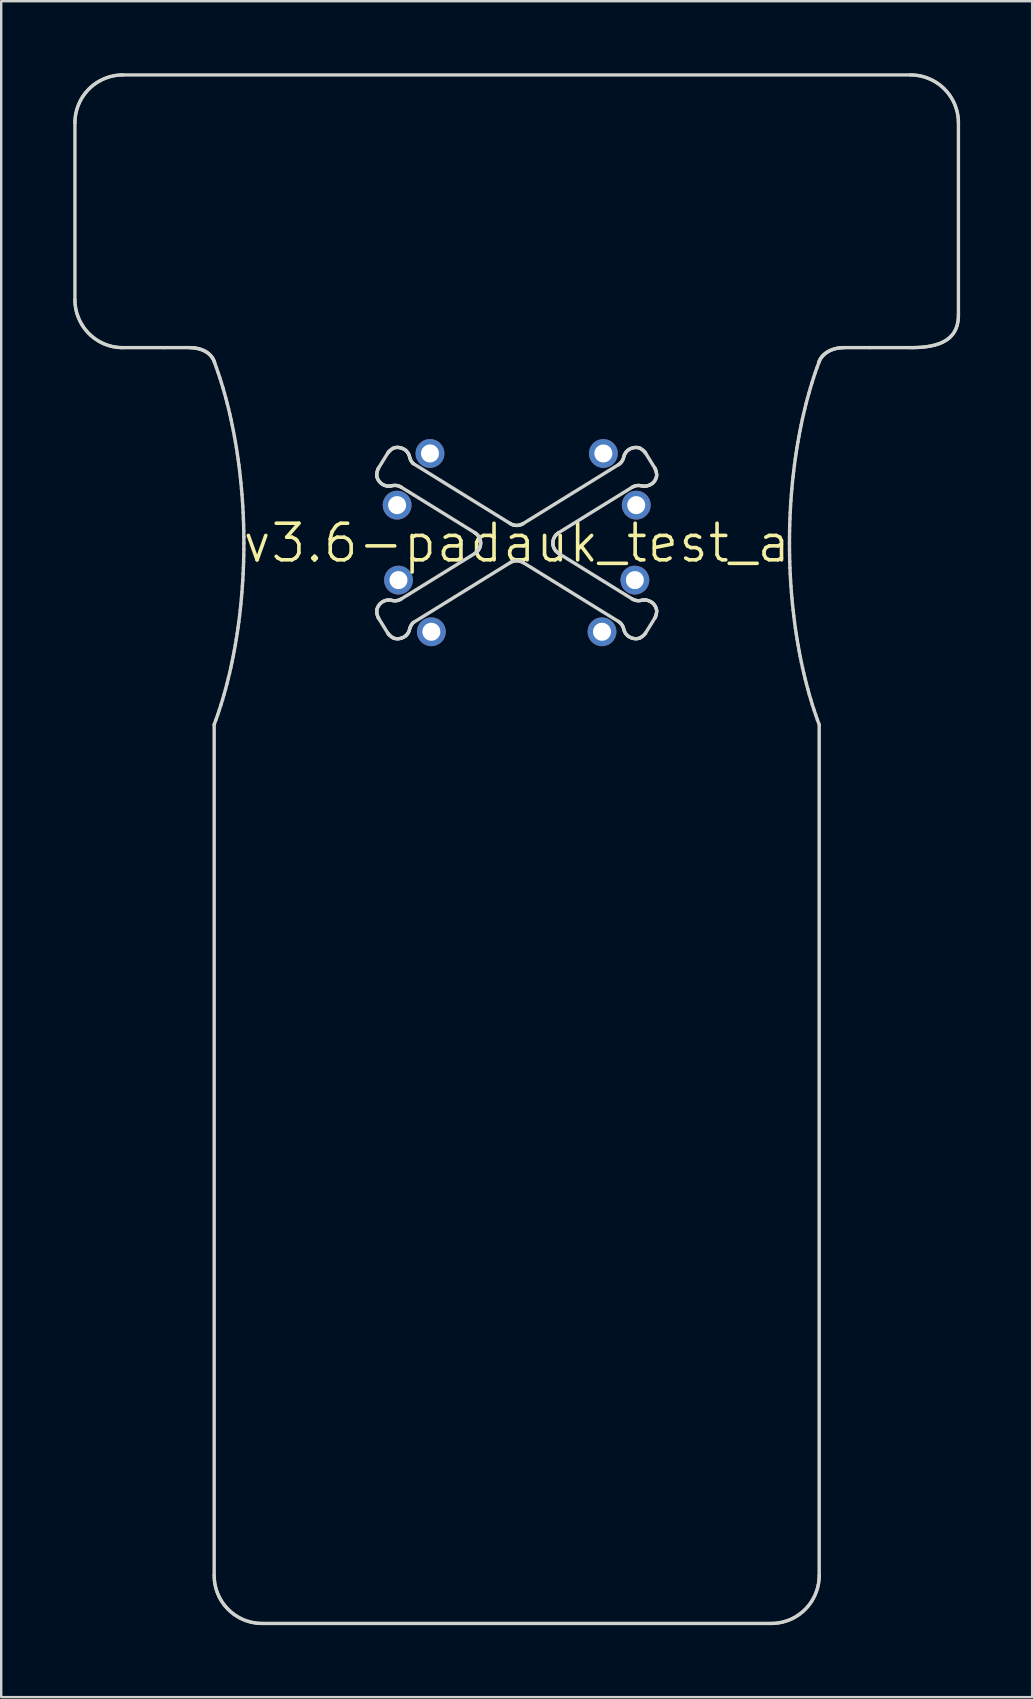
<source format=kicad_pcb>
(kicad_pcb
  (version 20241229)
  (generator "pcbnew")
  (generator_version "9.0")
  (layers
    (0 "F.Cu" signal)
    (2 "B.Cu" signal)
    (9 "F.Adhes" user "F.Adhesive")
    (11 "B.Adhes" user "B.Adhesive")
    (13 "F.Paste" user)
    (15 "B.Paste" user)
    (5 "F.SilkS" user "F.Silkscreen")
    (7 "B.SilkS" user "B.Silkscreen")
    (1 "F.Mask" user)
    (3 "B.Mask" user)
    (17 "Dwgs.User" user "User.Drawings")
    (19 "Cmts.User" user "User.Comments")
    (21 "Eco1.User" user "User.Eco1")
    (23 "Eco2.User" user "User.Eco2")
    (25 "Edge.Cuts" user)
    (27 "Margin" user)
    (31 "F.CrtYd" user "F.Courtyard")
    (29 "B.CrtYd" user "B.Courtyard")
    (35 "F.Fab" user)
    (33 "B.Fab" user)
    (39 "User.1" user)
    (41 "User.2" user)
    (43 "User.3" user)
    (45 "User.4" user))
  (footprint "v3.6-padauk_test_a"
    (layer "F.Cu")
    (at 18.471 19.571)
    (property "Reference" "v3.6-padauk_test_a" (at 0 0 0) (layer "F.SilkS") (effects (font (size 1.524 1.524) (thickness 0.15))))
    (attr through_hole)
    (fp_line (start -18.4 -10.141) (end -18.398 -10.038) (stroke (width 0.141) (type solid)) (layer "Edge.Cuts"))
    (fp_line (start -18.4 -17.5) (end -18.4 -10.141) (stroke (width 0.141) (type solid)) (layer "Edge.Cuts"))
    (fp_line (start -18.398 -10.038) (end -18.39 -9.936) (stroke (width 0.141) (type solid)) (layer "Edge.Cuts"))
    (fp_line (start -18.397 -17.603) (end -18.4 -17.5) (stroke (width 0.141) (type solid)) (layer "Edge.Cuts"))
    (fp_line (start -18.39 -9.936) (end -18.377 -9.836) (stroke (width 0.141) (type solid)) (layer "Edge.Cuts"))
    (fp_line (start -18.39 -17.705) (end -18.397 -17.603) (stroke (width 0.141) (type solid)) (layer "Edge.Cuts"))
    (fp_line (start -18.377 -9.836) (end -18.36 -9.737) (stroke (width 0.141) (type solid)) (layer "Edge.Cuts"))
    (fp_line (start -18.377 -17.805) (end -18.39 -17.705) (stroke (width 0.141) (type solid)) (layer "Edge.Cuts"))
    (fp_line (start -18.36 -9.737) (end -18.337 -9.64) (stroke (width 0.141) (type solid)) (layer "Edge.Cuts"))
    (fp_line (start -18.359 -17.904) (end -18.377 -17.805) (stroke (width 0.141) (type solid)) (layer "Edge.Cuts"))
    (fp_line (start -18.337 -9.64) (end -18.311 -9.545) (stroke (width 0.141) (type solid)) (layer "Edge.Cuts"))
    (fp_line (start -18.337 -18.001) (end -18.359 -17.904) (stroke (width 0.141) (type solid)) (layer "Edge.Cuts"))
    (fp_line (start -18.311 -9.545) (end -18.279 -9.452) (stroke (width 0.141) (type solid)) (layer "Edge.Cuts"))
    (fp_line (start -18.31 -18.096) (end -18.337 -18.001) (stroke (width 0.141) (type solid)) (layer "Edge.Cuts"))
    (fp_line (start -18.279 -9.452) (end -18.243 -9.361) (stroke (width 0.141) (type solid)) (layer "Edge.Cuts"))
    (fp_line (start -18.279 -18.189) (end -18.31 -18.096) (stroke (width 0.141) (type solid)) (layer "Edge.Cuts"))
    (fp_line (start -18.243 -9.361) (end -18.204 -9.272) (stroke (width 0.141) (type solid)) (layer "Edge.Cuts"))
    (fp_line (start -18.243 -18.28) (end -18.279 -18.189) (stroke (width 0.141) (type solid)) (layer "Edge.Cuts"))
    (fp_line (start -18.204 -9.272) (end -18.159 -9.186) (stroke (width 0.141) (type solid)) (layer "Edge.Cuts"))
    (fp_line (start -18.203 -18.368) (end -18.243 -18.28) (stroke (width 0.141) (type solid)) (layer "Edge.Cuts"))
    (fp_line (start -18.159 -9.186) (end -18.111 -9.102) (stroke (width 0.141) (type solid)) (layer "Edge.Cuts"))
    (fp_line (start -18.159 -18.455) (end -18.203 -18.368) (stroke (width 0.141) (type solid)) (layer "Edge.Cuts"))
    (fp_line (start -18.111 -9.102) (end -18.059 -9.021) (stroke (width 0.141) (type solid)) (layer "Edge.Cuts"))
    (fp_line (start -18.111 -18.538) (end -18.159 -18.455) (stroke (width 0.141) (type solid)) (layer "Edge.Cuts"))
    (fp_line (start -18.059 -9.021) (end -18.004 -8.943) (stroke (width 0.141) (type solid)) (layer "Edge.Cuts"))
    (fp_line (start -18.059 -18.62) (end -18.111 -18.538) (stroke (width 0.141) (type solid)) (layer "Edge.Cuts"))
    (fp_line (start -18.004 -8.943) (end -17.944 -8.867) (stroke (width 0.141) (type solid)) (layer "Edge.Cuts"))
    (fp_line (start -18.003 -18.698) (end -18.059 -18.62) (stroke (width 0.141) (type solid)) (layer "Edge.Cuts"))
    (fp_line (start -17.944 -8.867) (end -17.882 -8.795) (stroke (width 0.141) (type solid)) (layer "Edge.Cuts"))
    (fp_line (start -17.944 -18.773) (end -18.003 -18.698) (stroke (width 0.141) (type solid)) (layer "Edge.Cuts"))
    (fp_line (start -17.882 -8.795) (end -17.816 -8.725) (stroke (width 0.141) (type solid)) (layer "Edge.Cuts"))
    (fp_line (start -17.881 -18.846) (end -17.944 -18.773) (stroke (width 0.141) (type solid)) (layer "Edge.Cuts"))
    (fp_line (start -17.816 -8.725) (end -17.746 -8.659) (stroke (width 0.141) (type solid)) (layer "Edge.Cuts"))
    (fp_line (start -17.815 -18.915) (end -17.881 -18.846) (stroke (width 0.141) (type solid)) (layer "Edge.Cuts"))
    (fp_line (start -17.746 -8.659) (end -17.674 -8.596) (stroke (width 0.141) (type solid)) (layer "Edge.Cuts"))
    (fp_line (start -17.746 -18.982) (end -17.815 -18.915) (stroke (width 0.141) (type solid)) (layer "Edge.Cuts"))
    (fp_line (start -17.674 -8.596) (end -17.598 -8.537) (stroke (width 0.141) (type solid)) (layer "Edge.Cuts"))
    (fp_line (start -17.673 -19.044) (end -17.746 -18.982) (stroke (width 0.141) (type solid)) (layer "Edge.Cuts"))
    (fp_line (start -17.598 -8.537) (end -17.52 -8.481) (stroke (width 0.141) (type solid)) (layer "Edge.Cuts"))
    (fp_line (start -17.598 -19.104) (end -17.673 -19.044) (stroke (width 0.141) (type solid)) (layer "Edge.Cuts"))
    (fp_line (start -17.52 -8.481) (end -17.439 -8.429) (stroke (width 0.141) (type solid)) (layer "Edge.Cuts"))
    (fp_line (start -17.519 -19.159) (end -17.598 -19.104) (stroke (width 0.141) (type solid)) (layer "Edge.Cuts"))
    (fp_line (start -17.439 -8.429) (end -17.355 -8.381) (stroke (width 0.141) (type solid)) (layer "Edge.Cuts"))
    (fp_line (start -17.438 -19.211) (end -17.519 -19.159) (stroke (width 0.141) (type solid)) (layer "Edge.Cuts"))
    (fp_line (start -17.355 -8.381) (end -17.268 -8.337) (stroke (width 0.141) (type solid)) (layer "Edge.Cuts"))
    (fp_line (start -17.354 -19.259) (end -17.438 -19.211) (stroke (width 0.141) (type solid)) (layer "Edge.Cuts"))
    (fp_line (start -17.268 -8.337) (end -17.18 -8.297) (stroke (width 0.141) (type solid)) (layer "Edge.Cuts"))
    (fp_line (start -17.268 -19.303) (end -17.354 -19.259) (stroke (width 0.141) (type solid)) (layer "Edge.Cuts"))
    (fp_line (start -17.18 -8.297) (end -17.089 -8.262) (stroke (width 0.141) (type solid)) (layer "Edge.Cuts"))
    (fp_line (start -17.179 -19.343) (end -17.268 -19.303) (stroke (width 0.141) (type solid)) (layer "Edge.Cuts"))
    (fp_line (start -17.089 -8.262) (end -16.996 -8.23) (stroke (width 0.141) (type solid)) (layer "Edge.Cuts"))
    (fp_line (start -17.089 -19.379) (end -17.179 -19.343) (stroke (width 0.141) (type solid)) (layer "Edge.Cuts"))
    (fp_line (start -16.996 -8.23) (end -16.901 -8.203) (stroke (width 0.141) (type solid)) (layer "Edge.Cuts"))
    (fp_line (start -16.995 -19.41) (end -17.089 -19.379) (stroke (width 0.141) (type solid)) (layer "Edge.Cuts"))
    (fp_line (start -16.901 -8.203) (end -16.804 -8.181) (stroke (width 0.141) (type solid)) (layer "Edge.Cuts"))
    (fp_line (start -16.9 -19.437) (end -16.995 -19.41) (stroke (width 0.141) (type solid)) (layer "Edge.Cuts"))
    (fp_line (start -16.804 -8.181) (end -16.705 -8.164) (stroke (width 0.141) (type solid)) (layer "Edge.Cuts"))
    (fp_line (start -16.804 -19.46) (end -16.9 -19.437) (stroke (width 0.141) (type solid)) (layer "Edge.Cuts"))
    (fp_line (start -16.705 -8.164) (end -16.605 -8.151) (stroke (width 0.141) (type solid)) (layer "Edge.Cuts"))
    (fp_line (start -16.705 -19.477) (end -16.804 -19.46) (stroke (width 0.141) (type solid)) (layer "Edge.Cuts"))
    (fp_line (start -16.605 -8.151) (end -16.503 -8.143) (stroke (width 0.141) (type solid)) (layer "Edge.Cuts"))
    (fp_line (start -16.604 -19.49) (end -16.705 -19.477) (stroke (width 0.141) (type solid)) (layer "Edge.Cuts"))
    (fp_line (start -16.503 -8.143) (end -16.4 -8.141) (stroke (width 0.141) (type solid)) (layer "Edge.Cuts"))
    (fp_line (start -16.503 -19.498) (end -16.604 -19.49) (stroke (width 0.141) (type solid)) (layer "Edge.Cuts"))
    (fp_line (start -16.4 -8.141) (end -14.699 -8.141) (stroke (width 0.141) (type solid)) (layer "Edge.Cuts"))
    (fp_line (start -16.399 -19.5) (end -16.503 -19.498) (stroke (width 0.141) (type solid)) (layer "Edge.Cuts"))
    (fp_line (start -14.699 -8.141) (end -13.638 -8.141) (stroke (width 0.141) (type solid)) (layer "Edge.Cuts"))
    (fp_line (start -13.638 -8.141) (end -13.584 -8.14) (stroke (width 0.141) (type solid)) (layer "Edge.Cuts"))
    (fp_line (start -13.584 -8.14) (end -13.531 -8.137) (stroke (width 0.141) (type solid)) (layer "Edge.Cuts"))
    (fp_line (start -13.531 -8.137) (end -13.479 -8.134) (stroke (width 0.141) (type solid)) (layer "Edge.Cuts"))
    (fp_line (start -13.479 -8.134) (end -13.428 -8.128) (stroke (width 0.141) (type solid)) (layer "Edge.Cuts"))
    (fp_line (start -13.428 -8.128) (end -13.379 -8.121) (stroke (width 0.141) (type solid)) (layer "Edge.Cuts"))
    (fp_line (start -13.379 -8.121) (end -13.331 -8.113) (stroke (width 0.141) (type solid)) (layer "Edge.Cuts"))
    (fp_line (start -13.331 -8.113) (end -13.284 -8.103) (stroke (width 0.141) (type solid)) (layer "Edge.Cuts"))
    (fp_line (start -13.284 -8.103) (end -13.239 -8.092) (stroke (width 0.141) (type solid)) (layer "Edge.Cuts"))
    (fp_line (start -13.239 -8.092) (end -13.195 -8.08) (stroke (width 0.141) (type solid)) (layer "Edge.Cuts"))
    (fp_line (start -13.195 -8.08) (end -13.152 -8.066) (stroke (width 0.141) (type solid)) (layer "Edge.Cuts"))
    (fp_line (start -13.152 -8.066) (end -13.111 -8.051) (stroke (width 0.141) (type solid)) (layer "Edge.Cuts"))
    (fp_line (start -13.111 -8.051) (end -13.071 -8.035) (stroke (width 0.141) (type solid)) (layer "Edge.Cuts"))
    (fp_line (start -13.071 -8.035) (end -13.033 -8.018) (stroke (width 0.141) (type solid)) (layer "Edge.Cuts"))
    (fp_line (start -13.033 -8.018) (end -12.995 -7.999) (stroke (width 0.141) (type solid)) (layer "Edge.Cuts"))
    (fp_line (start -12.995 -7.999) (end -12.96 -7.98) (stroke (width 0.141) (type solid)) (layer "Edge.Cuts"))
    (fp_line (start -12.96 -7.98) (end -12.925 -7.959) (stroke (width 0.141) (type solid)) (layer "Edge.Cuts"))
    (fp_line (start -12.925 -7.959) (end -12.892 -7.937) (stroke (width 0.141) (type solid)) (layer "Edge.Cuts"))
    (fp_line (start -12.892 -7.937) (end -12.861 -7.914) (stroke (width 0.141) (type solid)) (layer "Edge.Cuts"))
    (fp_line (start -12.861 -7.914) (end -12.831 -7.89) (stroke (width 0.141) (type solid)) (layer "Edge.Cuts"))
    (fp_line (start -12.831 -7.89) (end -12.802 -7.865) (stroke (width 0.141) (type solid)) (layer "Edge.Cuts"))
    (fp_line (start -12.802 -7.865) (end -12.775 -7.839) (stroke (width 0.141) (type solid)) (layer "Edge.Cuts"))
    (fp_line (start -12.775 -7.839) (end -12.749 -7.812) (stroke (width 0.141) (type solid)) (layer "Edge.Cuts"))
    (fp_line (start -12.749 -7.812) (end -12.725 -7.784) (stroke (width 0.141) (type solid)) (layer "Edge.Cuts"))
    (fp_line (start -12.725 -7.784) (end -12.703 -7.756) (stroke (width 0.141) (type solid)) (layer "Edge.Cuts"))
    (fp_line (start -12.703 -7.756) (end -12.681 -7.726) (stroke (width 0.141) (type solid)) (layer "Edge.Cuts"))
    (fp_line (start -12.681 -7.726) (end -12.662 -7.696) (stroke (width 0.141) (type solid)) (layer "Edge.Cuts"))
    (fp_line (start -12.662 -7.696) (end -12.644 -7.665) (stroke (width 0.141) (type solid)) (layer "Edge.Cuts"))
    (fp_line (start -12.644 -7.665) (end -12.627 -7.633) (stroke (width 0.141) (type solid)) (layer "Edge.Cuts"))
    (fp_line (start -12.627 -7.633) (end -12.613 -7.601) (stroke (width 0.141) (type solid)) (layer "Edge.Cuts"))
    (fp_line (start -12.613 -7.601) (end -12.599 -7.568) (stroke (width 0.141) (type solid)) (layer "Edge.Cuts"))
    (fp_line (start -12.6 7.559) (end -12.6 43) (stroke (width 0.141) (type solid)) (layer "Edge.Cuts"))
    (fp_line (start -12.6 43) (end -12.597 43.103) (stroke (width 0.141) (type solid)) (layer "Edge.Cuts"))
    (fp_line (start -12.599 -7.568) (end -12.588 -7.534) (stroke (width 0.141) (type solid)) (layer "Edge.Cuts"))
    (fp_line (start -12.597 43.103) (end -12.589 43.205) (stroke (width 0.141) (type solid)) (layer "Edge.Cuts"))
    (fp_line (start -12.589 43.205) (end -12.577 43.305) (stroke (width 0.141) (type solid)) (layer "Edge.Cuts"))
    (fp_line (start -12.588 -7.534) (end -12.577 -7.5) (stroke (width 0.141) (type solid)) (layer "Edge.Cuts"))
    (fp_line (start -12.577 -7.5) (end -12.505 -7.299) (stroke (width 0.141) (type solid)) (layer "Edge.Cuts"))
    (fp_line (start -12.577 43.305) (end -12.559 43.404) (stroke (width 0.141) (type solid)) (layer "Edge.Cuts"))
    (fp_line (start -12.559 43.404) (end -12.537 43.501) (stroke (width 0.141) (type solid)) (layer "Edge.Cuts"))
    (fp_line (start -12.537 43.501) (end -12.51 43.596) (stroke (width 0.141) (type solid)) (layer "Edge.Cuts"))
    (fp_line (start -12.526 7.357) (end -12.6 7.559) (stroke (width 0.141) (type solid)) (layer "Edge.Cuts"))
    (fp_line (start -12.51 43.596) (end -12.479 43.689) (stroke (width 0.141) (type solid)) (layer "Edge.Cuts"))
    (fp_line (start -12.505 -7.299) (end -12.434 -7.095) (stroke (width 0.141) (type solid)) (layer "Edge.Cuts"))
    (fp_line (start -12.479 43.689) (end -12.443 43.78) (stroke (width 0.141) (type solid)) (layer "Edge.Cuts"))
    (fp_line (start -12.454 7.152) (end -12.526 7.357) (stroke (width 0.141) (type solid)) (layer "Edge.Cuts"))
    (fp_line (start -12.443 43.78) (end -12.403 43.869) (stroke (width 0.141) (type solid)) (layer "Edge.Cuts"))
    (fp_line (start -12.434 -7.095) (end -12.366 -6.888) (stroke (width 0.141) (type solid)) (layer "Edge.Cuts"))
    (fp_line (start -12.403 43.869) (end -12.359 43.955) (stroke (width 0.141) (type solid)) (layer "Edge.Cuts"))
    (fp_line (start -12.384 6.944) (end -12.454 7.152) (stroke (width 0.141) (type solid)) (layer "Edge.Cuts"))
    (fp_line (start -12.366 -6.888) (end -12.299 -6.678) (stroke (width 0.141) (type solid)) (layer "Edge.Cuts"))
    (fp_line (start -12.359 43.955) (end -12.311 44.039) (stroke (width 0.141) (type solid)) (layer "Edge.Cuts"))
    (fp_line (start -12.317 6.734) (end -12.384 6.944) (stroke (width 0.141) (type solid)) (layer "Edge.Cuts"))
    (fp_line (start -12.311 44.039) (end -12.259 44.12) (stroke (width 0.141) (type solid)) (layer "Edge.Cuts"))
    (fp_line (start -12.299 -6.678) (end -12.235 -6.466) (stroke (width 0.141) (type solid)) (layer "Edge.Cuts"))
    (fp_line (start -12.259 44.12) (end -12.203 44.198) (stroke (width 0.141) (type solid)) (layer "Edge.Cuts"))
    (fp_line (start -12.251 6.52) (end -12.317 6.734) (stroke (width 0.141) (type solid)) (layer "Edge.Cuts"))
    (fp_line (start -12.235 -6.466) (end -12.173 -6.251) (stroke (width 0.141) (type solid)) (layer "Edge.Cuts"))
    (fp_line (start -12.203 44.198) (end -12.144 44.274) (stroke (width 0.141) (type solid)) (layer "Edge.Cuts"))
    (fp_line (start -12.188 6.304) (end -12.251 6.52) (stroke (width 0.141) (type solid)) (layer "Edge.Cuts"))
    (fp_line (start -12.173 -6.251) (end -12.114 -6.034) (stroke (width 0.141) (type solid)) (layer "Edge.Cuts"))
    (fp_line (start -12.144 44.274) (end -12.081 44.346) (stroke (width 0.141) (type solid)) (layer "Edge.Cuts"))
    (fp_line (start -12.127 6.085) (end -12.188 6.304) (stroke (width 0.141) (type solid)) (layer "Edge.Cuts"))
    (fp_line (start -12.114 -6.034) (end -12.056 -5.814) (stroke (width 0.141) (type solid)) (layer "Edge.Cuts"))
    (fp_line (start -12.081 44.346) (end -12.015 44.415) (stroke (width 0.141) (type solid)) (layer "Edge.Cuts"))
    (fp_line (start -12.069 5.863) (end -12.127 6.085) (stroke (width 0.141) (type solid)) (layer "Edge.Cuts"))
    (fp_line (start -12.056 -5.814) (end -12 -5.591) (stroke (width 0.141) (type solid)) (layer "Edge.Cuts"))
    (fp_line (start -12.015 44.415) (end -11.946 44.482) (stroke (width 0.141) (type solid)) (layer "Edge.Cuts"))
    (fp_line (start -12.012 5.639) (end -12.069 5.863) (stroke (width 0.141) (type solid)) (layer "Edge.Cuts"))
    (fp_line (start -12 -5.591) (end -11.947 -5.366) (stroke (width 0.141) (type solid)) (layer "Edge.Cuts"))
    (fp_line (start -11.958 5.413) (end -12.012 5.639) (stroke (width 0.141) (type solid)) (layer "Edge.Cuts"))
    (fp_line (start -11.947 -5.366) (end -11.896 -5.14) (stroke (width 0.141) (type solid)) (layer "Edge.Cuts"))
    (fp_line (start -11.946 44.482) (end -11.873 44.544) (stroke (width 0.141) (type solid)) (layer "Edge.Cuts"))
    (fp_line (start -11.906 5.185) (end -11.958 5.413) (stroke (width 0.141) (type solid)) (layer "Edge.Cuts"))
    (fp_line (start -11.896 -5.14) (end -11.848 -4.91) (stroke (width 0.141) (type solid)) (layer "Edge.Cuts"))
    (fp_line (start -11.873 44.544) (end -11.798 44.604) (stroke (width 0.141) (type solid)) (layer "Edge.Cuts"))
    (fp_line (start -11.857 4.954) (end -11.906 5.185) (stroke (width 0.141) (type solid)) (layer "Edge.Cuts"))
    (fp_line (start -11.848 -4.91) (end -11.801 -4.679) (stroke (width 0.141) (type solid)) (layer "Edge.Cuts"))
    (fp_line (start -11.809 4.721) (end -11.857 4.954) (stroke (width 0.141) (type solid)) (layer "Edge.Cuts"))
    (fp_line (start -11.801 -4.679) (end -11.757 -4.446) (stroke (width 0.141) (type solid)) (layer "Edge.Cuts"))
    (fp_line (start -11.798 44.604) (end -11.719 44.659) (stroke (width 0.141) (type solid)) (layer "Edge.Cuts"))
    (fp_line (start -11.764 4.486) (end -11.809 4.721) (stroke (width 0.141) (type solid)) (layer "Edge.Cuts"))
    (fp_line (start -11.757 -4.446) (end -11.715 -4.211) (stroke (width 0.141) (type solid)) (layer "Edge.Cuts"))
    (fp_line (start -11.721 4.249) (end -11.764 4.486) (stroke (width 0.141) (type solid)) (layer "Edge.Cuts"))
    (fp_line (start -11.719 44.659) (end -11.638 44.711) (stroke (width 0.141) (type solid)) (layer "Edge.Cuts"))
    (fp_line (start -11.715 -4.211) (end -11.675 -3.974) (stroke (width 0.141) (type solid)) (layer "Edge.Cuts"))
    (fp_line (start -11.681 4.01) (end -11.721 4.249) (stroke (width 0.141) (type solid)) (layer "Edge.Cuts"))
    (fp_line (start -11.675 -3.974) (end -11.638 -3.736) (stroke (width 0.141) (type solid)) (layer "Edge.Cuts"))
    (fp_line (start -11.643 3.77) (end -11.681 4.01) (stroke (width 0.141) (type solid)) (layer "Edge.Cuts"))
    (fp_line (start -11.638 44.711) (end -11.555 44.759) (stroke (width 0.141) (type solid)) (layer "Edge.Cuts"))
    (fp_line (start -11.638 -3.736) (end -11.603 -3.495) (stroke (width 0.141) (type solid)) (layer "Edge.Cuts"))
    (fp_line (start -11.607 3.527) (end -11.643 3.77) (stroke (width 0.141) (type solid)) (layer "Edge.Cuts"))
    (fp_line (start -11.603 -3.495) (end -11.57 -3.253) (stroke (width 0.141) (type solid)) (layer "Edge.Cuts"))
    (fp_line (start -11.574 3.283) (end -11.607 3.527) (stroke (width 0.141) (type solid)) (layer "Edge.Cuts"))
    (fp_line (start -11.57 -3.253) (end -11.54 -3.01) (stroke (width 0.141) (type solid)) (layer "Edge.Cuts"))
    (fp_line (start -11.555 44.759) (end -11.468 44.803) (stroke (width 0.141) (type solid)) (layer "Edge.Cuts"))
    (fp_line (start -11.543 3.038) (end -11.574 3.283) (stroke (width 0.141) (type solid)) (layer "Edge.Cuts"))
    (fp_line (start -11.54 -3.01) (end -11.512 -2.765) (stroke (width 0.141) (type solid)) (layer "Edge.Cuts"))
    (fp_line (start -11.514 2.791) (end -11.543 3.038) (stroke (width 0.141) (type solid)) (layer "Edge.Cuts"))
    (fp_line (start -11.512 -2.765) (end -11.486 -2.519) (stroke (width 0.141) (type solid)) (layer "Edge.Cuts"))
    (fp_line (start -11.488 2.542) (end -11.514 2.791) (stroke (width 0.141) (type solid)) (layer "Edge.Cuts"))
    (fp_line (start -11.486 -2.519) (end -11.463 -2.271) (stroke (width 0.141) (type solid)) (layer "Edge.Cuts"))
    (fp_line (start -11.468 44.803) (end -11.38 44.843) (stroke (width 0.141) (type solid)) (layer "Edge.Cuts"))
    (fp_line (start -11.465 2.293) (end -11.488 2.542) (stroke (width 0.141) (type solid)) (layer "Edge.Cuts"))
    (fp_line (start -11.463 -2.271) (end -11.442 -2.023) (stroke (width 0.141) (type solid)) (layer "Edge.Cuts"))
    (fp_line (start -11.443 2.042) (end -11.465 2.293) (stroke (width 0.141) (type solid)) (layer "Edge.Cuts"))
    (fp_line (start -11.442 -2.023) (end -11.423 -1.773) (stroke (width 0.141) (type solid)) (layer "Edge.Cuts"))
    (fp_line (start -11.425 1.79) (end -11.443 2.042) (stroke (width 0.141) (type solid)) (layer "Edge.Cuts"))
    (fp_line (start -11.423 -1.773) (end -11.407 -1.522) (stroke (width 0.141) (type solid)) (layer "Edge.Cuts"))
    (fp_line (start -11.408 1.537) (end -11.425 1.79) (stroke (width 0.141) (type solid)) (layer "Edge.Cuts"))
    (fp_line (start -11.407 -1.522) (end -11.394 -1.27) (stroke (width 0.141) (type solid)) (layer "Edge.Cuts"))
    (fp_line (start -11.394 1.282) (end -11.408 1.537) (stroke (width 0.141) (type solid)) (layer "Edge.Cuts"))
    (fp_line (start -11.394 -1.27) (end -11.383 -1.018) (stroke (width 0.141) (type solid)) (layer "Edge.Cuts"))
    (fp_line (start -11.383 1.027) (end -11.394 1.282) (stroke (width 0.141) (type solid)) (layer "Edge.Cuts"))
    (fp_line (start -11.383 -1.018) (end -11.374 -0.764) (stroke (width 0.141) (type solid)) (layer "Edge.Cuts"))
    (fp_line (start -11.38 44.843) (end -11.289 44.879) (stroke (width 0.141) (type solid)) (layer "Edge.Cuts"))
    (fp_line (start -11.374 0.772) (end -11.383 1.027) (stroke (width 0.141) (type solid)) (layer "Edge.Cuts"))
    (fp_line (start -11.374 -0.764) (end -11.368 -0.51) (stroke (width 0.141) (type solid)) (layer "Edge.Cuts"))
    (fp_line (start -11.368 0.515) (end -11.374 0.772) (stroke (width 0.141) (type solid)) (layer "Edge.Cuts"))
    (fp_line (start -11.368 -0.51) (end -11.364 -0.255) (stroke (width 0.141) (type solid)) (layer "Edge.Cuts"))
    (fp_line (start -11.364 0.258) (end -11.368 0.515) (stroke (width 0.141) (type solid)) (layer "Edge.Cuts"))
    (fp_line (start -11.364 -0.255) (end -11.363 0) (stroke (width 0.141) (type solid)) (layer "Edge.Cuts"))
    (fp_line (start -11.363 0) (end -11.364 0.258) (stroke (width 0.141) (type solid)) (layer "Edge.Cuts"))
    (fp_line (start -11.289 44.879) (end -11.196 44.91) (stroke (width 0.141) (type solid)) (layer "Edge.Cuts"))
    (fp_line (start -11.196 44.91) (end -11.101 44.937) (stroke (width 0.141) (type solid)) (layer "Edge.Cuts"))
    (fp_line (start -11.101 44.937) (end -11.004 44.959) (stroke (width 0.141) (type solid)) (layer "Edge.Cuts"))
    (fp_line (start -11.004 44.959) (end -10.905 44.977) (stroke (width 0.141) (type solid)) (layer "Edge.Cuts"))
    (fp_line (start -10.905 44.977) (end -10.805 44.99) (stroke (width 0.141) (type solid)) (layer "Edge.Cuts"))
    (fp_line (start -10.805 44.99) (end -10.703 44.997) (stroke (width 0.141) (type solid)) (layer "Edge.Cuts"))
    (fp_line (start -10.703 44.997) (end -10.6 45) (stroke (width 0.141) (type solid)) (layer "Edge.Cuts"))
    (fp_line (start -10.6 45) (end 10.6 45) (stroke (width 0.141) (type solid)) (layer "Edge.Cuts"))
    (fp_line (start -5.831 -2.852) (end -5.83 -2.818) (stroke (width 0.141) (type solid)) (layer "Edge.Cuts"))
    (fp_line (start -5.831 2.852) (end -5.828 2.884) (stroke (width 0.141) (type solid)) (layer "Edge.Cuts"))
    (fp_line (start -5.83 -2.818) (end -5.825 -2.783) (stroke (width 0.141) (type solid)) (layer "Edge.Cuts"))
    (fp_line (start -5.83 2.818) (end -5.831 2.852) (stroke (width 0.141) (type solid)) (layer "Edge.Cuts"))
    (fp_line (start -5.828 -2.884) (end -5.831 -2.852) (stroke (width 0.141) (type solid)) (layer "Edge.Cuts"))
    (fp_line (start -5.828 2.884) (end -5.819 2.936) (stroke (width 0.141) (type solid)) (layer "Edge.Cuts"))
    (fp_line (start -5.825 -2.783) (end -5.817 -2.747) (stroke (width 0.141) (type solid)) (layer "Edge.Cuts"))
    (fp_line (start -5.825 2.783) (end -5.83 2.818) (stroke (width 0.141) (type solid)) (layer "Edge.Cuts"))
    (fp_line (start -5.819 -2.936) (end -5.828 -2.884) (stroke (width 0.141) (type solid)) (layer "Edge.Cuts"))
    (fp_line (start -5.819 2.936) (end -5.809 2.981) (stroke (width 0.141) (type solid)) (layer "Edge.Cuts"))
    (fp_line (start -5.817 -2.747) (end -5.804 -2.71) (stroke (width 0.141) (type solid)) (layer "Edge.Cuts"))
    (fp_line (start -5.817 2.747) (end -5.825 2.783) (stroke (width 0.141) (type solid)) (layer "Edge.Cuts"))
    (fp_line (start -5.809 -2.981) (end -5.819 -2.936) (stroke (width 0.141) (type solid)) (layer "Edge.Cuts"))
    (fp_line (start -5.809 2.981) (end -5.799 3.02) (stroke (width 0.141) (type solid)) (layer "Edge.Cuts"))
    (fp_line (start -5.804 2.71) (end -5.817 2.747) (stroke (width 0.141) (type solid)) (layer "Edge.Cuts"))
    (fp_line (start -5.804 -2.71) (end -5.789 -2.673) (stroke (width 0.141) (type solid)) (layer "Edge.Cuts"))
    (fp_line (start -5.799 -3.02) (end -5.809 -2.981) (stroke (width 0.141) (type solid)) (layer "Edge.Cuts"))
    (fp_line (start -5.799 3.02) (end -5.788 3.054) (stroke (width 0.141) (type solid)) (layer "Edge.Cuts"))
    (fp_line (start -5.789 -2.673) (end -5.77 -2.637) (stroke (width 0.141) (type solid)) (layer "Edge.Cuts"))
    (fp_line (start -5.789 2.674) (end -5.804 2.71) (stroke (width 0.141) (type solid)) (layer "Edge.Cuts"))
    (fp_line (start -5.788 -3.054) (end -5.799 -3.02) (stroke (width 0.141) (type solid)) (layer "Edge.Cuts"))
    (fp_line (start -5.788 3.054) (end -5.776 3.083) (stroke (width 0.141) (type solid)) (layer "Edge.Cuts"))
    (fp_line (start -5.776 -3.083) (end -5.788 -3.054) (stroke (width 0.141) (type solid)) (layer "Edge.Cuts"))
    (fp_line (start -5.776 3.083) (end -5.764 3.109) (stroke (width 0.141) (type solid)) (layer "Edge.Cuts"))
    (fp_line (start -5.77 2.637) (end -5.789 2.674) (stroke (width 0.141) (type solid)) (layer "Edge.Cuts"))
    (fp_line (start -5.77 -2.637) (end -5.747 -2.601) (stroke (width 0.141) (type solid)) (layer "Edge.Cuts"))
    (fp_line (start -5.764 -3.109) (end -5.776 -3.083) (stroke (width 0.141) (type solid)) (layer "Edge.Cuts"))
    (fp_line (start -5.764 3.109) (end -5.749 3.134) (stroke (width 0.141) (type solid)) (layer "Edge.Cuts"))
    (fp_line (start -5.749 -3.134) (end -5.764 -3.109) (stroke (width 0.141) (type solid)) (layer "Edge.Cuts"))
    (fp_line (start -5.749 3.134) (end -5.373 3.743) (stroke (width 0.141) (type solid)) (layer "Edge.Cuts"))
    (fp_line (start -5.747 2.601) (end -5.77 2.637) (stroke (width 0.141) (type solid)) (layer "Edge.Cuts"))
    (fp_line (start -5.747 -2.601) (end -5.721 -2.566) (stroke (width 0.141) (type solid)) (layer "Edge.Cuts"))
    (fp_line (start -5.721 -2.566) (end -5.692 -2.532) (stroke (width 0.141) (type solid)) (layer "Edge.Cuts"))
    (fp_line (start -5.721 2.566) (end -5.747 2.601) (stroke (width 0.141) (type solid)) (layer "Edge.Cuts"))
    (fp_line (start -5.692 2.532) (end -5.721 2.566) (stroke (width 0.141) (type solid)) (layer "Edge.Cuts"))
    (fp_line (start -5.692 -2.532) (end -5.66 -2.501) (stroke (width 0.141) (type solid)) (layer "Edge.Cuts"))
    (fp_line (start -5.66 -2.501) (end -5.625 -2.472) (stroke (width 0.141) (type solid)) (layer "Edge.Cuts"))
    (fp_line (start -5.66 2.501) (end -5.692 2.532) (stroke (width 0.141) (type solid)) (layer "Edge.Cuts"))
    (fp_line (start -5.625 -2.472) (end -5.587 -2.446) (stroke (width 0.141) (type solid)) (layer "Edge.Cuts"))
    (fp_line (start -5.625 2.472) (end -5.66 2.501) (stroke (width 0.141) (type solid)) (layer "Edge.Cuts"))
    (fp_line (start -5.587 -2.446) (end -5.551 -2.426) (stroke (width 0.141) (type solid)) (layer "Edge.Cuts"))
    (fp_line (start -5.587 2.446) (end -5.625 2.472) (stroke (width 0.141) (type solid)) (layer "Edge.Cuts"))
    (fp_line (start -5.551 -2.426) (end -5.514 -2.409) (stroke (width 0.141) (type solid)) (layer "Edge.Cuts"))
    (fp_line (start -5.551 2.426) (end -5.587 2.446) (stroke (width 0.141) (type solid)) (layer "Edge.Cuts"))
    (fp_line (start -5.514 -2.409) (end -5.476 -2.395) (stroke (width 0.141) (type solid)) (layer "Edge.Cuts"))
    (fp_line (start -5.514 2.409) (end -5.551 2.426) (stroke (width 0.141) (type solid)) (layer "Edge.Cuts"))
    (fp_line (start -5.476 -2.395) (end -5.438 -2.385) (stroke (width 0.141) (type solid)) (layer "Edge.Cuts"))
    (fp_line (start -5.476 2.395) (end -5.514 2.409) (stroke (width 0.141) (type solid)) (layer "Edge.Cuts"))
    (fp_line (start -5.438 -2.385) (end -5.398 -2.377) (stroke (width 0.141) (type solid)) (layer "Edge.Cuts"))
    (fp_line (start -5.438 2.385) (end -5.476 2.395) (stroke (width 0.141) (type solid)) (layer "Edge.Cuts"))
    (fp_line (start -5.398 -2.377) (end -5.358 -2.373) (stroke (width 0.141) (type solid)) (layer "Edge.Cuts"))
    (fp_line (start -5.398 2.377) (end -5.438 2.385) (stroke (width 0.141) (type solid)) (layer "Edge.Cuts"))
    (fp_line (start -5.373 -3.743) (end -5.749 -3.134) (stroke (width 0.141) (type solid)) (layer "Edge.Cuts"))
    (fp_line (start -5.373 3.743) (end -5.357 3.767) (stroke (width 0.141) (type solid)) (layer "Edge.Cuts"))
    (fp_line (start -5.358 -2.373) (end -5.318 -2.371) (stroke (width 0.141) (type solid)) (layer "Edge.Cuts"))
    (fp_line (start -5.358 2.373) (end -5.398 2.377) (stroke (width 0.141) (type solid)) (layer "Edge.Cuts"))
    (fp_line (start -5.357 -3.767) (end -5.373 -3.743) (stroke (width 0.141) (type solid)) (layer "Edge.Cuts"))
    (fp_line (start -5.357 3.767) (end -5.339 3.79) (stroke (width 0.141) (type solid)) (layer "Edge.Cuts"))
    (fp_line (start -5.339 -3.79) (end -5.357 -3.767) (stroke (width 0.141) (type solid)) (layer "Edge.Cuts"))
    (fp_line (start -5.339 3.79) (end -5.318 3.814) (stroke (width 0.141) (type solid)) (layer "Edge.Cuts"))
    (fp_line (start -5.318 -3.814) (end -5.339 -3.79) (stroke (width 0.141) (type solid)) (layer "Edge.Cuts"))
    (fp_line (start -5.318 3.814) (end -5.293 3.839) (stroke (width 0.141) (type solid)) (layer "Edge.Cuts"))
    (fp_line (start -5.318 -2.371) (end -5.278 -2.373) (stroke (width 0.141) (type solid)) (layer "Edge.Cuts"))
    (fp_line (start -5.318 2.371) (end -5.358 2.373) (stroke (width 0.141) (type solid)) (layer "Edge.Cuts"))
    (fp_line (start -5.293 -3.839) (end -5.318 -3.814) (stroke (width 0.141) (type solid)) (layer "Edge.Cuts"))
    (fp_line (start -5.293 3.839) (end -5.263 3.865) (stroke (width 0.141) (type solid)) (layer "Edge.Cuts"))
    (fp_line (start -5.278 -2.373) (end -5.238 -2.379) (stroke (width 0.141) (type solid)) (layer "Edge.Cuts"))
    (fp_line (start -5.278 2.373) (end -5.318 2.371) (stroke (width 0.141) (type solid)) (layer "Edge.Cuts"))
    (fp_line (start -5.263 -3.865) (end -5.293 -3.839) (stroke (width 0.141) (type solid)) (layer "Edge.Cuts"))
    (fp_line (start -5.263 3.865) (end -5.227 3.894) (stroke (width 0.141) (type solid)) (layer "Edge.Cuts"))
    (fp_line (start -5.238 -2.379) (end -5.198 -2.387) (stroke (width 0.141) (type solid)) (layer "Edge.Cuts"))
    (fp_line (start -5.238 2.379) (end -5.278 2.373) (stroke (width 0.141) (type solid)) (layer "Edge.Cuts"))
    (fp_line (start -5.227 -3.894) (end -5.263 -3.865) (stroke (width 0.141) (type solid)) (layer "Edge.Cuts"))
    (fp_line (start -5.227 3.894) (end -5.184 3.926) (stroke (width 0.141) (type solid)) (layer "Edge.Cuts"))
    (fp_line (start -5.198 -2.387) (end -5.158 -2.396) (stroke (width 0.141) (type solid)) (layer "Edge.Cuts"))
    (fp_line (start -5.198 2.387) (end -5.238 2.379) (stroke (width 0.141) (type solid)) (layer "Edge.Cuts"))
    (fp_line (start -5.184 -3.926) (end -5.227 -3.894) (stroke (width 0.141) (type solid)) (layer "Edge.Cuts"))
    (fp_line (start -5.184 3.926) (end -5.155 3.944) (stroke (width 0.141) (type solid)) (layer "Edge.Cuts"))
    (fp_line (start -5.158 -2.396) (end -5.118 -2.401) (stroke (width 0.141) (type solid)) (layer "Edge.Cuts"))
    (fp_line (start -5.158 2.396) (end -5.198 2.387) (stroke (width 0.141) (type solid)) (layer "Edge.Cuts"))
    (fp_line (start -5.155 -3.944) (end -5.184 -3.926) (stroke (width 0.141) (type solid)) (layer "Edge.Cuts"))
    (fp_line (start -5.155 3.944) (end -5.121 3.959) (stroke (width 0.141) (type solid)) (layer "Edge.Cuts"))
    (fp_line (start -5.121 -3.959) (end -5.155 -3.944) (stroke (width 0.141) (type solid)) (layer "Edge.Cuts"))
    (fp_line (start -5.121 3.959) (end -5.084 3.971) (stroke (width 0.141) (type solid)) (layer "Edge.Cuts"))
    (fp_line (start -5.118 -2.401) (end -5.077 -2.403) (stroke (width 0.141) (type solid)) (layer "Edge.Cuts"))
    (fp_line (start -5.118 2.401) (end -5.158 2.396) (stroke (width 0.141) (type solid)) (layer "Edge.Cuts"))
    (fp_line (start -5.084 3.971) (end -5.045 3.979) (stroke (width 0.141) (type solid)) (layer "Edge.Cuts"))
    (fp_line (start -5.084 -3.971) (end -5.121 -3.959) (stroke (width 0.141) (type solid)) (layer "Edge.Cuts"))
    (fp_line (start -5.077 -2.403) (end -5.037 -2.401) (stroke (width 0.141) (type solid)) (layer "Edge.Cuts"))
    (fp_line (start -5.077 2.403) (end -5.118 2.401) (stroke (width 0.141) (type solid)) (layer "Edge.Cuts"))
    (fp_line (start -5.045 -3.979) (end -5.084 -3.971) (stroke (width 0.141) (type solid)) (layer "Edge.Cuts"))
    (fp_line (start -5.045 3.979) (end -5.002 3.984) (stroke (width 0.141) (type solid)) (layer "Edge.Cuts"))
    (fp_line (start -5.037 -2.401) (end -4.998 -2.397) (stroke (width 0.141) (type solid)) (layer "Edge.Cuts"))
    (fp_line (start -5.037 2.402) (end -5.077 2.403) (stroke (width 0.141) (type solid)) (layer "Edge.Cuts"))
    (fp_line (start -5.002 -3.984) (end -5.045 -3.979) (stroke (width 0.141) (type solid)) (layer "Edge.Cuts"))
    (fp_line (start -5.002 3.984) (end -4.958 3.985) (stroke (width 0.141) (type solid)) (layer "Edge.Cuts"))
    (fp_line (start -4.998 -2.397) (end -4.959 -2.39) (stroke (width 0.141) (type solid)) (layer "Edge.Cuts"))
    (fp_line (start -4.998 2.397) (end -5.037 2.402) (stroke (width 0.141) (type solid)) (layer "Edge.Cuts"))
    (fp_line (start -4.959 -2.39) (end -4.92 -2.379) (stroke (width 0.141) (type solid)) (layer "Edge.Cuts"))
    (fp_line (start -4.959 2.39) (end -4.998 2.397) (stroke (width 0.141) (type solid)) (layer "Edge.Cuts"))
    (fp_line (start -4.958 -3.985) (end -5.002 -3.984) (stroke (width 0.141) (type solid)) (layer "Edge.Cuts"))
    (fp_line (start -4.958 -3.985) (end -4.958 -3.985) (stroke (width 0.141) (type solid)) (layer "Edge.Cuts"))
    (fp_line (start -4.958 3.985) (end -4.924 3.983) (stroke (width 0.141) (type solid)) (layer "Edge.Cuts"))
    (fp_line (start -4.924 -3.983) (end -4.958 -3.985) (stroke (width 0.141) (type solid)) (layer "Edge.Cuts"))
    (fp_line (start -4.924 3.983) (end -4.89 3.979) (stroke (width 0.141) (type solid)) (layer "Edge.Cuts"))
    (fp_line (start -4.92 -2.379) (end -4.883 -2.365) (stroke (width 0.141) (type solid)) (layer "Edge.Cuts"))
    (fp_line (start -4.92 2.379) (end -4.959 2.39) (stroke (width 0.141) (type solid)) (layer "Edge.Cuts"))
    (fp_line (start -4.89 -3.979) (end -4.924 -3.983) (stroke (width 0.141) (type solid)) (layer "Edge.Cuts"))
    (fp_line (start -4.89 3.979) (end -4.854 3.973) (stroke (width 0.141) (type solid)) (layer "Edge.Cuts"))
    (fp_line (start -4.883 -2.365) (end -4.846 -2.348) (stroke (width 0.141) (type solid)) (layer "Edge.Cuts"))
    (fp_line (start -4.883 2.365) (end -4.92 2.379) (stroke (width 0.141) (type solid)) (layer "Edge.Cuts"))
    (fp_line (start -4.854 -3.973) (end -4.89 -3.979) (stroke (width 0.141) (type solid)) (layer "Edge.Cuts"))
    (fp_line (start -4.854 3.973) (end -4.818 3.963) (stroke (width 0.141) (type solid)) (layer "Edge.Cuts"))
    (fp_line (start -4.846 -2.348) (end -4.811 -2.329) (stroke (width 0.141) (type solid)) (layer "Edge.Cuts"))
    (fp_line (start -4.846 2.348) (end -4.883 2.365) (stroke (width 0.141) (type solid)) (layer "Edge.Cuts"))
    (fp_line (start -4.818 -3.963) (end -4.854 -3.973) (stroke (width 0.141) (type solid)) (layer "Edge.Cuts"))
    (fp_line (start -4.818 3.963) (end -4.782 3.951) (stroke (width 0.141) (type solid)) (layer "Edge.Cuts"))
    (fp_line (start -4.811 -2.329) (end -1.737 -0.429) (stroke (width 0.141) (type solid)) (layer "Edge.Cuts"))
    (fp_line (start -4.811 2.329) (end -4.846 2.348) (stroke (width 0.141) (type solid)) (layer "Edge.Cuts"))
    (fp_line (start -4.782 -3.951) (end -4.818 -3.963) (stroke (width 0.141) (type solid)) (layer "Edge.Cuts"))
    (fp_line (start -4.782 3.951) (end -4.745 3.936) (stroke (width 0.141) (type solid)) (layer "Edge.Cuts"))
    (fp_line (start -4.745 -3.936) (end -4.782 -3.951) (stroke (width 0.141) (type solid)) (layer "Edge.Cuts"))
    (fp_line (start -4.745 3.936) (end -4.708 3.918) (stroke (width 0.141) (type solid)) (layer "Edge.Cuts"))
    (fp_line (start -4.708 -3.918) (end -4.745 -3.936) (stroke (width 0.141) (type solid)) (layer "Edge.Cuts"))
    (fp_line (start -4.708 3.918) (end -4.67 3.897) (stroke (width 0.141) (type solid)) (layer "Edge.Cuts"))
    (fp_line (start -4.67 -3.896) (end -4.708 -3.918) (stroke (width 0.141) (type solid)) (layer "Edge.Cuts"))
    (fp_line (start -4.67 3.897) (end -4.64 3.876) (stroke (width 0.141) (type solid)) (layer "Edge.Cuts"))
    (fp_line (start -4.64 -3.876) (end -4.67 -3.896) (stroke (width 0.141) (type solid)) (layer "Edge.Cuts"))
    (fp_line (start -4.64 3.876) (end -4.612 3.853) (stroke (width 0.141) (type solid)) (layer "Edge.Cuts"))
    (fp_line (start -4.612 -3.853) (end -4.64 -3.876) (stroke (width 0.141) (type solid)) (layer "Edge.Cuts"))
    (fp_line (start -4.612 3.853) (end -4.585 3.827) (stroke (width 0.141) (type solid)) (layer "Edge.Cuts"))
    (fp_line (start -4.585 -3.827) (end -4.612 -3.853) (stroke (width 0.141) (type solid)) (layer "Edge.Cuts"))
    (fp_line (start -4.585 3.827) (end -4.56 3.798) (stroke (width 0.141) (type solid)) (layer "Edge.Cuts"))
    (fp_line (start -4.56 -3.798) (end -4.585 -3.827) (stroke (width 0.141) (type solid)) (layer "Edge.Cuts"))
    (fp_line (start -4.56 3.798) (end -4.537 3.767) (stroke (width 0.141) (type solid)) (layer "Edge.Cuts"))
    (fp_line (start -4.537 -3.767) (end -4.56 -3.798) (stroke (width 0.141) (type solid)) (layer "Edge.Cuts"))
    (fp_line (start -4.537 3.767) (end -4.516 3.734) (stroke (width 0.141) (type solid)) (layer "Edge.Cuts"))
    (fp_line (start -4.516 -3.734) (end -4.537 -3.767) (stroke (width 0.141) (type solid)) (layer "Edge.Cuts"))
    (fp_line (start -4.516 3.734) (end -4.498 3.699) (stroke (width 0.141) (type solid)) (layer "Edge.Cuts"))
    (fp_line (start -4.498 -3.699) (end -4.516 -3.734) (stroke (width 0.141) (type solid)) (layer "Edge.Cuts"))
    (fp_line (start -4.498 3.699) (end -4.482 3.662) (stroke (width 0.141) (type solid)) (layer "Edge.Cuts"))
    (fp_line (start -4.482 -3.663) (end -4.498 -3.699) (stroke (width 0.141) (type solid)) (layer "Edge.Cuts"))
    (fp_line (start -4.482 3.662) (end -4.469 3.624) (stroke (width 0.141) (type solid)) (layer "Edge.Cuts"))
    (fp_line (start -4.469 -3.625) (end -4.482 -3.663) (stroke (width 0.141) (type solid)) (layer "Edge.Cuts"))
    (fp_line (start -4.469 3.624) (end -4.459 3.585) (stroke (width 0.141) (type solid)) (layer "Edge.Cuts"))
    (fp_line (start -4.459 -3.585) (end -4.469 -3.625) (stroke (width 0.141) (type solid)) (layer "Edge.Cuts"))
    (fp_line (start -4.459 3.585) (end -4.447 3.541) (stroke (width 0.141) (type solid)) (layer "Edge.Cuts"))
    (fp_line (start -4.447 -3.542) (end -4.459 -3.585) (stroke (width 0.141) (type solid)) (layer "Edge.Cuts"))
    (fp_line (start -4.447 3.541) (end -4.433 3.5) (stroke (width 0.141) (type solid)) (layer "Edge.Cuts"))
    (fp_line (start -4.433 -3.5) (end -4.447 -3.542) (stroke (width 0.141) (type solid)) (layer "Edge.Cuts"))
    (fp_line (start -4.433 3.5) (end -4.415 3.46) (stroke (width 0.141) (type solid)) (layer "Edge.Cuts"))
    (fp_line (start -4.415 -3.461) (end -4.433 -3.5) (stroke (width 0.141) (type solid)) (layer "Edge.Cuts"))
    (fp_line (start -4.415 3.46) (end -4.396 3.424) (stroke (width 0.141) (type solid)) (layer "Edge.Cuts"))
    (fp_line (start -4.396 -3.424) (end -4.415 -3.461) (stroke (width 0.141) (type solid)) (layer "Edge.Cuts"))
    (fp_line (start -4.396 3.424) (end -4.376 3.391) (stroke (width 0.141) (type solid)) (layer "Edge.Cuts"))
    (fp_line (start -4.376 -3.391) (end -4.396 -3.424) (stroke (width 0.141) (type solid)) (layer "Edge.Cuts"))
    (fp_line (start -4.376 3.391) (end -4.354 3.362) (stroke (width 0.141) (type solid)) (layer "Edge.Cuts"))
    (fp_line (start -4.354 -3.362) (end -4.376 -3.391) (stroke (width 0.141) (type solid)) (layer "Edge.Cuts"))
    (fp_line (start -4.354 3.362) (end -4.333 3.337) (stroke (width 0.141) (type solid)) (layer "Edge.Cuts"))
    (fp_line (start -4.333 -3.336) (end -4.354 -3.362) (stroke (width 0.141) (type solid)) (layer "Edge.Cuts"))
    (fp_line (start -4.333 3.337) (end -4.311 3.316) (stroke (width 0.141) (type solid)) (layer "Edge.Cuts"))
    (fp_line (start -4.311 -3.316) (end -4.333 -3.336) (stroke (width 0.141) (type solid)) (layer "Edge.Cuts"))
    (fp_line (start -4.311 3.316) (end -4.291 3.301) (stroke (width 0.141) (type solid)) (layer "Edge.Cuts"))
    (fp_line (start -4.291 -3.301) (end -4.311 -3.316) (stroke (width 0.141) (type solid)) (layer "Edge.Cuts"))
    (fp_line (start -4.291 3.301) (end -0.281 0.822) (stroke (width 0.141) (type solid)) (layer "Edge.Cuts"))
    (fp_line (start -1.738 -0.426) (end -1.705 -0.404) (stroke (width 0.141) (type solid)) (layer "Edge.Cuts"))
    (fp_line (start -1.738 0.426) (end -1.737 0.429) (stroke (width 0.141) (type solid)) (layer "Edge.Cuts"))
    (fp_line (start -1.737 -0.429) (end -1.738 -0.426) (stroke (width 0.141) (type solid)) (layer "Edge.Cuts"))
    (fp_line (start -1.737 0.429) (end -4.811 2.329) (stroke (width 0.141) (type solid)) (layer "Edge.Cuts"))
    (fp_line (start -1.705 -0.404) (end -1.674 -0.379) (stroke (width 0.141) (type solid)) (layer "Edge.Cuts"))
    (fp_line (start -1.705 0.403) (end -1.738 0.426) (stroke (width 0.141) (type solid)) (layer "Edge.Cuts"))
    (fp_line (start -1.674 -0.379) (end -1.645 -0.353) (stroke (width 0.141) (type solid)) (layer "Edge.Cuts"))
    (fp_line (start -1.674 0.379) (end -1.705 0.403) (stroke (width 0.141) (type solid)) (layer "Edge.Cuts"))
    (fp_line (start -1.645 -0.353) (end -1.619 -0.324) (stroke (width 0.141) (type solid)) (layer "Edge.Cuts"))
    (fp_line (start -1.645 0.352) (end -1.674 0.379) (stroke (width 0.141) (type solid)) (layer "Edge.Cuts"))
    (fp_line (start -1.619 -0.324) (end -1.595 -0.293) (stroke (width 0.141) (type solid)) (layer "Edge.Cuts"))
    (fp_line (start -1.619 0.323) (end -1.645 0.352) (stroke (width 0.141) (type solid)) (layer "Edge.Cuts"))
    (fp_line (start -1.595 -0.293) (end -1.573 -0.261) (stroke (width 0.141) (type solid)) (layer "Edge.Cuts"))
    (fp_line (start -1.595 0.293) (end -1.619 0.323) (stroke (width 0.141) (type solid)) (layer "Edge.Cuts"))
    (fp_line (start -1.573 -0.261) (end -1.554 -0.227) (stroke (width 0.141) (type solid)) (layer "Edge.Cuts"))
    (fp_line (start -1.573 0.261) (end -1.595 0.293) (stroke (width 0.141) (type solid)) (layer "Edge.Cuts"))
    (fp_line (start -1.554 -0.227) (end -1.538 -0.192) (stroke (width 0.141) (type solid)) (layer "Edge.Cuts"))
    (fp_line (start -1.554 0.227) (end -1.573 0.261) (stroke (width 0.141) (type solid)) (layer "Edge.Cuts"))
    (fp_line (start -1.538 -0.192) (end -1.524 -0.155) (stroke (width 0.141) (type solid)) (layer "Edge.Cuts"))
    (fp_line (start -1.538 0.191) (end -1.554 0.227) (stroke (width 0.141) (type solid)) (layer "Edge.Cuts"))
    (fp_line (start -1.524 -0.155) (end -1.514 -0.118) (stroke (width 0.141) (type solid)) (layer "Edge.Cuts"))
    (fp_line (start -1.524 0.155) (end -1.538 0.191) (stroke (width 0.141) (type solid)) (layer "Edge.Cuts"))
    (fp_line (start -1.514 -0.118) (end -1.506 -0.079) (stroke (width 0.141) (type solid)) (layer "Edge.Cuts"))
    (fp_line (start -1.514 0.117) (end -1.524 0.155) (stroke (width 0.141) (type solid)) (layer "Edge.Cuts"))
    (fp_line (start -1.506 -0.079) (end -1.501 -0.04) (stroke (width 0.141) (type solid)) (layer "Edge.Cuts"))
    (fp_line (start -1.506 0.079) (end -1.514 0.117) (stroke (width 0.141) (type solid)) (layer "Edge.Cuts"))
    (fp_line (start -1.501 -0.04) (end -1.5 -0.000238) (stroke (width 0.141) (type solid)) (layer "Edge.Cuts"))
    (fp_line (start -1.501 0.04) (end -1.506 0.079) (stroke (width 0.141) (type solid)) (layer "Edge.Cuts"))
    (fp_line (start -1.5 -0.000238) (end -1.501 0.04) (stroke (width 0.141) (type solid)) (layer "Edge.Cuts"))
    (fp_line (start -0.281 -0.822) (end -4.291 -3.301) (stroke (width 0.141) (type solid)) (layer "Edge.Cuts"))
    (fp_line (start -0.281 0.822) (end -0.258 0.808) (stroke (width 0.141) (type solid)) (layer "Edge.Cuts"))
    (fp_line (start -0.258 0.808) (end -0.224 0.789) (stroke (width 0.141) (type solid)) (layer "Edge.Cuts"))
    (fp_line (start -0.249 -0.802) (end -0.281 -0.822) (stroke (width 0.141) (type solid)) (layer "Edge.Cuts"))
    (fp_line (start -0.224 0.789) (end -0.188 0.772) (stroke (width 0.141) (type solid)) (layer "Edge.Cuts"))
    (fp_line (start -0.216 -0.785) (end -0.249 -0.802) (stroke (width 0.141) (type solid)) (layer "Edge.Cuts"))
    (fp_line (start -0.188 0.772) (end -0.152 0.759) (stroke (width 0.141) (type solid)) (layer "Edge.Cuts"))
    (fp_line (start -0.182 -0.77) (end -0.216 -0.785) (stroke (width 0.141) (type solid)) (layer "Edge.Cuts"))
    (fp_line (start -0.152 0.759) (end -0.114 0.748) (stroke (width 0.141) (type solid)) (layer "Edge.Cuts"))
    (fp_line (start -0.147 -0.758) (end -0.182 -0.77) (stroke (width 0.141) (type solid)) (layer "Edge.Cuts"))
    (fp_line (start -0.114 0.748) (end -0.076 0.74) (stroke (width 0.141) (type solid)) (layer "Edge.Cuts"))
    (fp_line (start -0.111 -0.748) (end -0.147 -0.758) (stroke (width 0.141) (type solid)) (layer "Edge.Cuts"))
    (fp_line (start -0.076 0.74) (end -0.037 0.736) (stroke (width 0.141) (type solid)) (layer "Edge.Cuts"))
    (fp_line (start -0.075 -0.741) (end -0.111 -0.748) (stroke (width 0.141) (type solid)) (layer "Edge.Cuts"))
    (fp_line (start -0.037 -0.737) (end -0.075 -0.741) (stroke (width 0.141) (type solid)) (layer "Edge.Cuts"))
    (fp_line (start -0.037 0.736) (end 0.003 0.734) (stroke (width 0.141) (type solid)) (layer "Edge.Cuts"))
    (fp_line (start 0.000045 -0.735) (end -0.037 -0.737) (stroke (width 0.141) (type solid)) (layer "Edge.Cuts"))
    (fp_line (start 0.003 0.734) (end 0.04 0.735) (stroke (width 0.141) (type solid)) (layer "Edge.Cuts"))
    (fp_line (start 0.039 -0.737) (end 0.000045 -0.735) (stroke (width 0.141) (type solid)) (layer "Edge.Cuts"))
    (fp_line (start 0.04 0.735) (end 0.077 0.74) (stroke (width 0.141) (type solid)) (layer "Edge.Cuts"))
    (fp_line (start 0.077 0.74) (end 0.114 0.747) (stroke (width 0.141) (type solid)) (layer "Edge.Cuts"))
    (fp_line (start 0.079 -0.742) (end 0.039 -0.737) (stroke (width 0.141) (type solid)) (layer "Edge.Cuts"))
    (fp_line (start 0.114 0.747) (end 0.15 0.756) (stroke (width 0.141) (type solid)) (layer "Edge.Cuts"))
    (fp_line (start 0.117 -0.749) (end 0.079 -0.742) (stroke (width 0.141) (type solid)) (layer "Edge.Cuts"))
    (fp_line (start 0.15 0.756) (end 0.185 0.768) (stroke (width 0.141) (type solid)) (layer "Edge.Cuts"))
    (fp_line (start 0.155 -0.76) (end 0.117 -0.749) (stroke (width 0.141) (type solid)) (layer "Edge.Cuts"))
    (fp_line (start 0.185 0.768) (end 0.219 0.783) (stroke (width 0.141) (type solid)) (layer "Edge.Cuts"))
    (fp_line (start 0.191 -0.774) (end 0.155 -0.76) (stroke (width 0.141) (type solid)) (layer "Edge.Cuts"))
    (fp_line (start 0.219 0.783) (end 0.252 0.801) (stroke (width 0.141) (type solid)) (layer "Edge.Cuts"))
    (fp_line (start 0.227 -0.79) (end 0.191 -0.774) (stroke (width 0.141) (type solid)) (layer "Edge.Cuts"))
    (fp_line (start 0.252 0.801) (end 0.284 0.821) (stroke (width 0.141) (type solid)) (layer "Edge.Cuts"))
    (fp_line (start 0.262 -0.81) (end 0.227 -0.79) (stroke (width 0.141) (type solid)) (layer "Edge.Cuts"))
    (fp_line (start 0.263 -0.808) (end 0.262 -0.81) (stroke (width 0.141) (type solid)) (layer "Edge.Cuts"))
    (fp_line (start 0.284 0.821) (end 4.235 3.263) (stroke (width 0.141) (type solid)) (layer "Edge.Cuts"))
    (fp_line (start 1.507 -0.001) (end 1.509 -0.041) (stroke (width 0.141) (type solid)) (layer "Edge.Cuts"))
    (fp_line (start 1.509 -0.041) (end 1.513 -0.08) (stroke (width 0.141) (type solid)) (layer "Edge.Cuts"))
    (fp_line (start 1.509 0.039) (end 1.507 -0.001) (stroke (width 0.141) (type solid)) (layer "Edge.Cuts"))
    (fp_line (start 1.513 -0.08) (end 1.521 -0.118) (stroke (width 0.141) (type solid)) (layer "Edge.Cuts"))
    (fp_line (start 1.513 0.078) (end 1.509 0.039) (stroke (width 0.141) (type solid)) (layer "Edge.Cuts"))
    (fp_line (start 1.521 -0.118) (end 1.532 -0.156) (stroke (width 0.141) (type solid)) (layer "Edge.Cuts"))
    (fp_line (start 1.521 0.117) (end 1.513 0.078) (stroke (width 0.141) (type solid)) (layer "Edge.Cuts"))
    (fp_line (start 1.532 -0.156) (end 1.545 -0.192) (stroke (width 0.141) (type solid)) (layer "Edge.Cuts"))
    (fp_line (start 1.532 0.154) (end 1.521 0.117) (stroke (width 0.141) (type solid)) (layer "Edge.Cuts"))
    (fp_line (start 1.545 -0.192) (end 1.561 -0.228) (stroke (width 0.141) (type solid)) (layer "Edge.Cuts"))
    (fp_line (start 1.545 0.191) (end 1.532 0.154) (stroke (width 0.141) (type solid)) (layer "Edge.Cuts"))
    (fp_line (start 1.561 -0.228) (end 1.58 -0.261) (stroke (width 0.141) (type solid)) (layer "Edge.Cuts"))
    (fp_line (start 1.562 0.226) (end 1.545 0.191) (stroke (width 0.141) (type solid)) (layer "Edge.Cuts"))
    (fp_line (start 1.58 -0.261) (end 1.602 -0.294) (stroke (width 0.141) (type solid)) (layer "Edge.Cuts"))
    (fp_line (start 1.581 0.26) (end 1.562 0.226) (stroke (width 0.141) (type solid)) (layer "Edge.Cuts"))
    (fp_line (start 1.602 -0.294) (end 1.626 -0.324) (stroke (width 0.141) (type solid)) (layer "Edge.Cuts"))
    (fp_line (start 1.602 0.292) (end 1.581 0.26) (stroke (width 0.141) (type solid)) (layer "Edge.Cuts"))
    (fp_line (start 1.626 -0.324) (end 1.652 -0.353) (stroke (width 0.141) (type solid)) (layer "Edge.Cuts"))
    (fp_line (start 1.626 0.323) (end 1.602 0.292) (stroke (width 0.141) (type solid)) (layer "Edge.Cuts"))
    (fp_line (start 1.652 -0.353) (end 1.681 -0.38) (stroke (width 0.141) (type solid)) (layer "Edge.Cuts"))
    (fp_line (start 1.653 0.352) (end 1.626 0.323) (stroke (width 0.141) (type solid)) (layer "Edge.Cuts"))
    (fp_line (start 1.681 -0.38) (end 1.712 -0.404) (stroke (width 0.141) (type solid)) (layer "Edge.Cuts"))
    (fp_line (start 1.682 0.378) (end 1.653 0.352) (stroke (width 0.141) (type solid)) (layer "Edge.Cuts"))
    (fp_line (start 1.712 -0.404) (end 1.745 -0.427) (stroke (width 0.141) (type solid)) (layer "Edge.Cuts"))
    (fp_line (start 1.713 0.403) (end 1.682 0.378) (stroke (width 0.141) (type solid)) (layer "Edge.Cuts"))
    (fp_line (start 1.743 0.429) (end 1.746 0.425) (stroke (width 0.141) (type solid)) (layer "Edge.Cuts"))
    (fp_line (start 1.744 -0.43) (end 4.811 -2.326) (stroke (width 0.141) (type solid)) (layer "Edge.Cuts"))
    (fp_line (start 1.745 -0.427) (end 1.744 -0.43) (stroke (width 0.141) (type solid)) (layer "Edge.Cuts"))
    (fp_line (start 1.746 0.425) (end 1.713 0.403) (stroke (width 0.141) (type solid)) (layer "Edge.Cuts"))
    (fp_line (start 4.235 3.263) (end 4.269 3.286) (stroke (width 0.141) (type solid)) (layer "Edge.Cuts"))
    (fp_line (start 4.235 -3.263) (end 0.263 -0.808) (stroke (width 0.141) (type solid)) (layer "Edge.Cuts"))
    (fp_line (start 4.269 3.286) (end 4.3 3.311) (stroke (width 0.141) (type solid)) (layer "Edge.Cuts"))
    (fp_line (start 4.269 -3.286) (end 4.235 -3.263) (stroke (width 0.141) (type solid)) (layer "Edge.Cuts"))
    (fp_line (start 4.3 3.311) (end 4.329 3.339) (stroke (width 0.141) (type solid)) (layer "Edge.Cuts"))
    (fp_line (start 4.3 -3.311) (end 4.269 -3.286) (stroke (width 0.141) (type solid)) (layer "Edge.Cuts"))
    (fp_line (start 4.329 3.339) (end 4.355 3.369) (stroke (width 0.141) (type solid)) (layer "Edge.Cuts"))
    (fp_line (start 4.329 -3.339) (end 4.3 -3.311) (stroke (width 0.141) (type solid)) (layer "Edge.Cuts"))
    (fp_line (start 4.355 3.369) (end 4.38 3.4) (stroke (width 0.141) (type solid)) (layer "Edge.Cuts"))
    (fp_line (start 4.355 -3.369) (end 4.329 -3.339) (stroke (width 0.141) (type solid)) (layer "Edge.Cuts"))
    (fp_line (start 4.38 3.4) (end 4.401 3.434) (stroke (width 0.141) (type solid)) (layer "Edge.Cuts"))
    (fp_line (start 4.38 -3.4) (end 4.355 -3.369) (stroke (width 0.141) (type solid)) (layer "Edge.Cuts"))
    (fp_line (start 4.401 3.434) (end 4.42 3.469) (stroke (width 0.141) (type solid)) (layer "Edge.Cuts"))
    (fp_line (start 4.401 -3.434) (end 4.38 -3.4) (stroke (width 0.141) (type solid)) (layer "Edge.Cuts"))
    (fp_line (start 4.42 3.469) (end 4.436 3.505) (stroke (width 0.141) (type solid)) (layer "Edge.Cuts"))
    (fp_line (start 4.42 -3.469) (end 4.401 -3.434) (stroke (width 0.141) (type solid)) (layer "Edge.Cuts"))
    (fp_line (start 4.436 3.505) (end 4.449 3.544) (stroke (width 0.141) (type solid)) (layer "Edge.Cuts"))
    (fp_line (start 4.436 -3.505) (end 4.42 -3.469) (stroke (width 0.141) (type solid)) (layer "Edge.Cuts"))
    (fp_line (start 4.449 3.544) (end 4.459 3.583) (stroke (width 0.141) (type solid)) (layer "Edge.Cuts"))
    (fp_line (start 4.449 -3.543) (end 4.436 -3.505) (stroke (width 0.141) (type solid)) (layer "Edge.Cuts"))
    (fp_line (start 4.459 3.583) (end 4.469 3.622) (stroke (width 0.141) (type solid)) (layer "Edge.Cuts"))
    (fp_line (start 4.459 -3.583) (end 4.449 -3.543) (stroke (width 0.141) (type solid)) (layer "Edge.Cuts"))
    (fp_line (start 4.469 3.622) (end 4.483 3.66) (stroke (width 0.141) (type solid)) (layer "Edge.Cuts"))
    (fp_line (start 4.469 -3.622) (end 4.459 -3.583) (stroke (width 0.141) (type solid)) (layer "Edge.Cuts"))
    (fp_line (start 4.483 3.66) (end 4.499 3.697) (stroke (width 0.141) (type solid)) (layer "Edge.Cuts"))
    (fp_line (start 4.483 -3.66) (end 4.469 -3.622) (stroke (width 0.141) (type solid)) (layer "Edge.Cuts"))
    (fp_line (start 4.499 3.697) (end 4.518 3.732) (stroke (width 0.141) (type solid)) (layer "Edge.Cuts"))
    (fp_line (start 4.499 -3.697) (end 4.483 -3.66) (stroke (width 0.141) (type solid)) (layer "Edge.Cuts"))
    (fp_line (start 4.518 3.732) (end 4.539 3.766) (stroke (width 0.141) (type solid)) (layer "Edge.Cuts"))
    (fp_line (start 4.518 -3.732) (end 4.499 -3.697) (stroke (width 0.141) (type solid)) (layer "Edge.Cuts"))
    (fp_line (start 4.539 3.766) (end 4.564 3.798) (stroke (width 0.141) (type solid)) (layer "Edge.Cuts"))
    (fp_line (start 4.539 -3.766) (end 4.518 -3.732) (stroke (width 0.141) (type solid)) (layer "Edge.Cuts"))
    (fp_line (start 4.564 3.798) (end 4.591 3.827) (stroke (width 0.141) (type solid)) (layer "Edge.Cuts"))
    (fp_line (start 4.564 -3.798) (end 4.539 -3.766) (stroke (width 0.141) (type solid)) (layer "Edge.Cuts"))
    (fp_line (start 4.591 3.827) (end 4.62 3.855) (stroke (width 0.141) (type solid)) (layer "Edge.Cuts"))
    (fp_line (start 4.591 -3.827) (end 4.564 -3.798) (stroke (width 0.141) (type solid)) (layer "Edge.Cuts"))
    (fp_line (start 4.62 3.855) (end 4.651 3.88) (stroke (width 0.141) (type solid)) (layer "Edge.Cuts"))
    (fp_line (start 4.62 -3.855) (end 4.591 -3.827) (stroke (width 0.141) (type solid)) (layer "Edge.Cuts"))
    (fp_line (start 4.651 3.88) (end 4.685 3.903) (stroke (width 0.141) (type solid)) (layer "Edge.Cuts"))
    (fp_line (start 4.651 -3.88) (end 4.62 -3.855) (stroke (width 0.141) (type solid)) (layer "Edge.Cuts"))
    (fp_line (start 4.685 3.903) (end 4.725 3.926) (stroke (width 0.141) (type solid)) (layer "Edge.Cuts"))
    (fp_line (start 4.685 -3.903) (end 4.651 -3.88) (stroke (width 0.141) (type solid)) (layer "Edge.Cuts"))
    (fp_line (start 4.725 3.926) (end 4.767 3.944) (stroke (width 0.141) (type solid)) (layer "Edge.Cuts"))
    (fp_line (start 4.725 -3.926) (end 4.685 -3.903) (stroke (width 0.141) (type solid)) (layer "Edge.Cuts"))
    (fp_line (start 4.767 3.944) (end 4.81 3.959) (stroke (width 0.141) (type solid)) (layer "Edge.Cuts"))
    (fp_line (start 4.767 -3.944) (end 4.725 -3.926) (stroke (width 0.141) (type solid)) (layer "Edge.Cuts"))
    (fp_line (start 4.81 3.959) (end 4.852 3.97) (stroke (width 0.141) (type solid)) (layer "Edge.Cuts"))
    (fp_line (start 4.81 -3.959) (end 4.767 -3.944) (stroke (width 0.141) (type solid)) (layer "Edge.Cuts"))
    (fp_line (start 4.811 -2.326) (end 4.846 -2.345) (stroke (width 0.141) (type solid)) (layer "Edge.Cuts"))
    (fp_line (start 4.811 2.326) (end 1.743 0.429) (stroke (width 0.141) (type solid)) (layer "Edge.Cuts"))
    (fp_line (start 4.846 -2.345) (end 4.883 -2.362) (stroke (width 0.141) (type solid)) (layer "Edge.Cuts"))
    (fp_line (start 4.846 2.345) (end 4.811 2.326) (stroke (width 0.141) (type solid)) (layer "Edge.Cuts"))
    (fp_line (start 4.852 3.97) (end 4.895 3.978) (stroke (width 0.141) (type solid)) (layer "Edge.Cuts"))
    (fp_line (start 4.852 -3.97) (end 4.81 -3.959) (stroke (width 0.141) (type solid)) (layer "Edge.Cuts"))
    (fp_line (start 4.883 -2.362) (end 4.92 -2.376) (stroke (width 0.141) (type solid)) (layer "Edge.Cuts"))
    (fp_line (start 4.883 2.362) (end 4.846 2.345) (stroke (width 0.141) (type solid)) (layer "Edge.Cuts"))
    (fp_line (start 4.895 3.978) (end 4.937 3.982) (stroke (width 0.141) (type solid)) (layer "Edge.Cuts"))
    (fp_line (start 4.895 -3.978) (end 4.852 -3.97) (stroke (width 0.141) (type solid)) (layer "Edge.Cuts"))
    (fp_line (start 4.92 -2.376) (end 4.959 -2.387) (stroke (width 0.141) (type solid)) (layer "Edge.Cuts"))
    (fp_line (start 4.92 2.376) (end 4.883 2.362) (stroke (width 0.141) (type solid)) (layer "Edge.Cuts"))
    (fp_line (start 4.937 3.982) (end 4.979 3.982) (stroke (width 0.141) (type solid)) (layer "Edge.Cuts"))
    (fp_line (start 4.937 -3.982) (end 4.895 -3.978) (stroke (width 0.141) (type solid)) (layer "Edge.Cuts"))
    (fp_line (start 4.959 -2.387) (end 4.998 -2.394) (stroke (width 0.141) (type solid)) (layer "Edge.Cuts"))
    (fp_line (start 4.959 2.386) (end 4.92 2.376) (stroke (width 0.141) (type solid)) (layer "Edge.Cuts"))
    (fp_line (start 4.979 3.982) (end 5.019 3.98) (stroke (width 0.141) (type solid)) (layer "Edge.Cuts"))
    (fp_line (start 4.979 -3.983) (end 4.937 -3.982) (stroke (width 0.141) (type solid)) (layer "Edge.Cuts"))
    (fp_line (start 4.998 -2.394) (end 5.038 -2.398) (stroke (width 0.141) (type solid)) (layer "Edge.Cuts"))
    (fp_line (start 4.998 2.394) (end 4.959 2.386) (stroke (width 0.141) (type solid)) (layer "Edge.Cuts"))
    (fp_line (start 5.019 3.98) (end 5.057 3.974) (stroke (width 0.141) (type solid)) (layer "Edge.Cuts"))
    (fp_line (start 5.019 -3.98) (end 4.979 -3.983) (stroke (width 0.141) (type solid)) (layer "Edge.Cuts"))
    (fp_line (start 5.038 -2.398) (end 5.078 -2.4) (stroke (width 0.141) (type solid)) (layer "Edge.Cuts"))
    (fp_line (start 5.038 2.398) (end 4.998 2.394) (stroke (width 0.141) (type solid)) (layer "Edge.Cuts"))
    (fp_line (start 5.057 3.974) (end 5.093 3.966) (stroke (width 0.141) (type solid)) (layer "Edge.Cuts"))
    (fp_line (start 5.057 -3.975) (end 5.019 -3.98) (stroke (width 0.141) (type solid)) (layer "Edge.Cuts"))
    (fp_line (start 5.078 -2.4) (end 5.118 -2.398) (stroke (width 0.141) (type solid)) (layer "Edge.Cuts"))
    (fp_line (start 5.078 2.4) (end 5.038 2.398) (stroke (width 0.141) (type solid)) (layer "Edge.Cuts"))
    (fp_line (start 5.093 3.966) (end 5.127 3.954) (stroke (width 0.141) (type solid)) (layer "Edge.Cuts"))
    (fp_line (start 5.093 -3.966) (end 5.057 -3.975) (stroke (width 0.141) (type solid)) (layer "Edge.Cuts"))
    (fp_line (start 5.118 -2.398) (end 5.158 -2.392) (stroke (width 0.141) (type solid)) (layer "Edge.Cuts"))
    (fp_line (start 5.118 2.398) (end 5.078 2.4) (stroke (width 0.141) (type solid)) (layer "Edge.Cuts"))
    (fp_line (start 5.127 3.954) (end 5.157 3.94) (stroke (width 0.141) (type solid)) (layer "Edge.Cuts"))
    (fp_line (start 5.127 -3.955) (end 5.093 -3.966) (stroke (width 0.141) (type solid)) (layer "Edge.Cuts"))
    (fp_line (start 5.157 3.94) (end 5.184 3.923) (stroke (width 0.141) (type solid)) (layer "Edge.Cuts"))
    (fp_line (start 5.157 -3.941) (end 5.127 -3.955) (stroke (width 0.141) (type solid)) (layer "Edge.Cuts"))
    (fp_line (start 5.158 -2.392) (end 5.198 -2.384) (stroke (width 0.141) (type solid)) (layer "Edge.Cuts"))
    (fp_line (start 5.158 2.392) (end 5.118 2.398) (stroke (width 0.141) (type solid)) (layer "Edge.Cuts"))
    (fp_line (start 5.184 3.923) (end 5.227 3.892) (stroke (width 0.141) (type solid)) (layer "Edge.Cuts"))
    (fp_line (start 5.184 -3.924) (end 5.157 -3.941) (stroke (width 0.141) (type solid)) (layer "Edge.Cuts"))
    (fp_line (start 5.198 -2.384) (end 5.234 -2.376) (stroke (width 0.141) (type solid)) (layer "Edge.Cuts"))
    (fp_line (start 5.198 2.384) (end 5.158 2.392) (stroke (width 0.141) (type solid)) (layer "Edge.Cuts"))
    (fp_line (start 5.227 3.892) (end 5.263 3.863) (stroke (width 0.141) (type solid)) (layer "Edge.Cuts"))
    (fp_line (start 5.227 -3.892) (end 5.184 -3.924) (stroke (width 0.141) (type solid)) (layer "Edge.Cuts"))
    (fp_line (start 5.234 -2.376) (end 5.271 -2.371) (stroke (width 0.141) (type solid)) (layer "Edge.Cuts"))
    (fp_line (start 5.234 2.376) (end 5.198 2.384) (stroke (width 0.141) (type solid)) (layer "Edge.Cuts"))
    (fp_line (start 5.263 3.863) (end 5.293 3.836) (stroke (width 0.141) (type solid)) (layer "Edge.Cuts"))
    (fp_line (start 5.263 -3.863) (end 5.227 -3.892) (stroke (width 0.141) (type solid)) (layer "Edge.Cuts"))
    (fp_line (start 5.271 -2.371) (end 5.308 -2.369) (stroke (width 0.141) (type solid)) (layer "Edge.Cuts"))
    (fp_line (start 5.271 2.371) (end 5.234 2.376) (stroke (width 0.141) (type solid)) (layer "Edge.Cuts"))
    (fp_line (start 5.293 3.836) (end 5.318 3.811) (stroke (width 0.141) (type solid)) (layer "Edge.Cuts"))
    (fp_line (start 5.293 -3.837) (end 5.263 -3.863) (stroke (width 0.141) (type solid)) (layer "Edge.Cuts"))
    (fp_line (start 5.308 -2.369) (end 5.345 -2.37) (stroke (width 0.141) (type solid)) (layer "Edge.Cuts"))
    (fp_line (start 5.308 2.369) (end 5.271 2.371) (stroke (width 0.141) (type solid)) (layer "Edge.Cuts"))
    (fp_line (start 5.318 3.811) (end 5.339 3.788) (stroke (width 0.141) (type solid)) (layer "Edge.Cuts"))
    (fp_line (start 5.318 -3.812) (end 5.293 -3.837) (stroke (width 0.141) (type solid)) (layer "Edge.Cuts"))
    (fp_line (start 5.339 3.788) (end 5.357 3.764) (stroke (width 0.141) (type solid)) (layer "Edge.Cuts"))
    (fp_line (start 5.339 -3.788) (end 5.318 -3.812) (stroke (width 0.141) (type solid)) (layer "Edge.Cuts"))
    (fp_line (start 5.345 -2.37) (end 5.383 -2.373) (stroke (width 0.141) (type solid)) (layer "Edge.Cuts"))
    (fp_line (start 5.345 2.37) (end 5.308 2.369) (stroke (width 0.141) (type solid)) (layer "Edge.Cuts"))
    (fp_line (start 5.357 3.764) (end 5.373 3.74) (stroke (width 0.141) (type solid)) (layer "Edge.Cuts"))
    (fp_line (start 5.357 -3.765) (end 5.339 -3.788) (stroke (width 0.141) (type solid)) (layer "Edge.Cuts"))
    (fp_line (start 5.373 3.74) (end 5.75 3.131) (stroke (width 0.141) (type solid)) (layer "Edge.Cuts"))
    (fp_line (start 5.373 -3.741) (end 5.357 -3.765) (stroke (width 0.141) (type solid)) (layer "Edge.Cuts"))
    (fp_line (start 5.383 -2.373) (end 5.421 -2.38) (stroke (width 0.141) (type solid)) (layer "Edge.Cuts"))
    (fp_line (start 5.383 2.373) (end 5.345 2.37) (stroke (width 0.141) (type solid)) (layer "Edge.Cuts"))
    (fp_line (start 5.421 -2.38) (end 5.459 -2.39) (stroke (width 0.141) (type solid)) (layer "Edge.Cuts"))
    (fp_line (start 5.421 2.38) (end 5.383 2.373) (stroke (width 0.141) (type solid)) (layer "Edge.Cuts"))
    (fp_line (start 5.459 -2.39) (end 5.498 -2.403) (stroke (width 0.141) (type solid)) (layer "Edge.Cuts"))
    (fp_line (start 5.459 2.39) (end 5.421 2.38) (stroke (width 0.141) (type solid)) (layer "Edge.Cuts"))
    (fp_line (start 5.498 -2.403) (end 5.537 -2.419) (stroke (width 0.141) (type solid)) (layer "Edge.Cuts"))
    (fp_line (start 5.498 2.402) (end 5.459 2.39) (stroke (width 0.141) (type solid)) (layer "Edge.Cuts"))
    (fp_line (start 5.537 -2.419) (end 5.576 -2.438) (stroke (width 0.141) (type solid)) (layer "Edge.Cuts"))
    (fp_line (start 5.537 2.419) (end 5.498 2.402) (stroke (width 0.141) (type solid)) (layer "Edge.Cuts"))
    (fp_line (start 5.576 -2.438) (end 5.615 -2.461) (stroke (width 0.141) (type solid)) (layer "Edge.Cuts"))
    (fp_line (start 5.576 2.438) (end 5.537 2.419) (stroke (width 0.141) (type solid)) (layer "Edge.Cuts"))
    (fp_line (start 5.615 -2.461) (end 5.65 -2.485) (stroke (width 0.141) (type solid)) (layer "Edge.Cuts"))
    (fp_line (start 5.615 2.46) (end 5.576 2.438) (stroke (width 0.141) (type solid)) (layer "Edge.Cuts"))
    (fp_line (start 5.65 -2.485) (end 5.682 -2.513) (stroke (width 0.141) (type solid)) (layer "Edge.Cuts"))
    (fp_line (start 5.65 2.485) (end 5.615 2.46) (stroke (width 0.141) (type solid)) (layer "Edge.Cuts"))
    (fp_line (start 5.682 -2.513) (end 5.712 -2.545) (stroke (width 0.141) (type solid)) (layer "Edge.Cuts"))
    (fp_line (start 5.682 2.513) (end 5.65 2.485) (stroke (width 0.141) (type solid)) (layer "Edge.Cuts"))
    (fp_line (start 5.712 -2.545) (end 5.739 -2.58) (stroke (width 0.141) (type solid)) (layer "Edge.Cuts"))
    (fp_line (start 5.712 2.545) (end 5.682 2.513) (stroke (width 0.141) (type solid)) (layer "Edge.Cuts"))
    (fp_line (start 5.739 -2.58) (end 5.763 -2.616) (stroke (width 0.141) (type solid)) (layer "Edge.Cuts"))
    (fp_line (start 5.739 2.58) (end 5.712 2.545) (stroke (width 0.141) (type solid)) (layer "Edge.Cuts"))
    (fp_line (start 5.75 -3.131) (end 5.373 -3.741) (stroke (width 0.141) (type solid)) (layer "Edge.Cuts"))
    (fp_line (start 5.75 3.131) (end 5.764 3.107) (stroke (width 0.141) (type solid)) (layer "Edge.Cuts"))
    (fp_line (start 5.763 -2.616) (end 5.783 -2.655) (stroke (width 0.141) (type solid)) (layer "Edge.Cuts"))
    (fp_line (start 5.763 2.616) (end 5.739 2.58) (stroke (width 0.141) (type solid)) (layer "Edge.Cuts"))
    (fp_line (start 5.764 -3.107) (end 5.75 -3.131) (stroke (width 0.141) (type solid)) (layer "Edge.Cuts"))
    (fp_line (start 5.764 3.107) (end 5.776 3.08) (stroke (width 0.141) (type solid)) (layer "Edge.Cuts"))
    (fp_line (start 5.776 -3.081) (end 5.764 -3.107) (stroke (width 0.141) (type solid)) (layer "Edge.Cuts"))
    (fp_line (start 5.776 3.08) (end 5.788 3.051) (stroke (width 0.141) (type solid)) (layer "Edge.Cuts"))
    (fp_line (start 5.783 -2.655) (end 5.801 -2.694) (stroke (width 0.141) (type solid)) (layer "Edge.Cuts"))
    (fp_line (start 5.783 2.654) (end 5.763 2.616) (stroke (width 0.141) (type solid)) (layer "Edge.Cuts"))
    (fp_line (start 5.788 -3.051) (end 5.776 -3.081) (stroke (width 0.141) (type solid)) (layer "Edge.Cuts"))
    (fp_line (start 5.788 3.051) (end 5.799 3.018) (stroke (width 0.141) (type solid)) (layer "Edge.Cuts"))
    (fp_line (start 5.799 -3.018) (end 5.788 -3.051) (stroke (width 0.141) (type solid)) (layer "Edge.Cuts"))
    (fp_line (start 5.799 3.018) (end 5.809 2.979) (stroke (width 0.141) (type solid)) (layer "Edge.Cuts"))
    (fp_line (start 5.801 -2.694) (end 5.814 -2.733) (stroke (width 0.141) (type solid)) (layer "Edge.Cuts"))
    (fp_line (start 5.801 2.694) (end 5.783 2.654) (stroke (width 0.141) (type solid)) (layer "Edge.Cuts"))
    (fp_line (start 5.809 -2.979) (end 5.799 -3.018) (stroke (width 0.141) (type solid)) (layer "Edge.Cuts"))
    (fp_line (start 5.809 2.979) (end 5.819 2.934) (stroke (width 0.141) (type solid)) (layer "Edge.Cuts"))
    (fp_line (start 5.814 -2.733) (end 5.824 -2.772) (stroke (width 0.141) (type solid)) (layer "Edge.Cuts"))
    (fp_line (start 5.814 2.733) (end 5.801 2.694) (stroke (width 0.141) (type solid)) (layer "Edge.Cuts"))
    (fp_line (start 5.819 -2.934) (end 5.809 -2.979) (stroke (width 0.141) (type solid)) (layer "Edge.Cuts"))
    (fp_line (start 5.819 2.934) (end 5.828 2.881) (stroke (width 0.141) (type solid)) (layer "Edge.Cuts"))
    (fp_line (start 5.824 -2.772) (end 5.83 -2.81) (stroke (width 0.141) (type solid)) (layer "Edge.Cuts"))
    (fp_line (start 5.824 2.772) (end 5.814 2.733) (stroke (width 0.141) (type solid)) (layer "Edge.Cuts"))
    (fp_line (start 5.828 -2.881) (end 5.819 -2.934) (stroke (width 0.141) (type solid)) (layer "Edge.Cuts"))
    (fp_line (start 5.828 2.881) (end 5.831 2.847) (stroke (width 0.141) (type solid)) (layer "Edge.Cuts"))
    (fp_line (start 5.83 -2.81) (end 5.831 -2.847) (stroke (width 0.141) (type solid)) (layer "Edge.Cuts"))
    (fp_line (start 5.83 2.81) (end 5.824 2.772) (stroke (width 0.141) (type solid)) (layer "Edge.Cuts"))
    (fp_line (start 5.831 -2.847) (end 5.828 -2.881) (stroke (width 0.141) (type solid)) (layer "Edge.Cuts"))
    (fp_line (start 5.831 2.847) (end 5.83 2.81) (stroke (width 0.141) (type solid)) (layer "Edge.Cuts"))
    (fp_line (start 10.6 45) (end 10.703 44.997) (stroke (width 0.141) (type solid)) (layer "Edge.Cuts"))
    (fp_line (start 10.703 44.997) (end 10.805 44.99) (stroke (width 0.141) (type solid)) (layer "Edge.Cuts"))
    (fp_line (start 10.805 44.99) (end 10.905 44.977) (stroke (width 0.141) (type solid)) (layer "Edge.Cuts"))
    (fp_line (start 10.905 44.977) (end 11.004 44.959) (stroke (width 0.141) (type solid)) (layer "Edge.Cuts"))
    (fp_line (start 11.004 44.959) (end 11.101 44.937) (stroke (width 0.141) (type solid)) (layer "Edge.Cuts"))
    (fp_line (start 11.101 44.937) (end 11.196 44.91) (stroke (width 0.141) (type solid)) (layer "Edge.Cuts"))
    (fp_line (start 11.196 44.91) (end 11.289 44.879) (stroke (width 0.141) (type solid)) (layer "Edge.Cuts"))
    (fp_line (start 11.289 44.879) (end 11.38 44.843) (stroke (width 0.141) (type solid)) (layer "Edge.Cuts"))
    (fp_line (start 11.363 0) (end 11.364 -0.255) (stroke (width 0.141) (type solid)) (layer "Edge.Cuts"))
    (fp_line (start 11.364 -0.255) (end 11.368 -0.51) (stroke (width 0.141) (type solid)) (layer "Edge.Cuts"))
    (fp_line (start 11.364 0.258) (end 11.363 0) (stroke (width 0.141) (type solid)) (layer "Edge.Cuts"))
    (fp_line (start 11.368 -0.51) (end 11.374 -0.764) (stroke (width 0.141) (type solid)) (layer "Edge.Cuts"))
    (fp_line (start 11.368 0.515) (end 11.364 0.258) (stroke (width 0.141) (type solid)) (layer "Edge.Cuts"))
    (fp_line (start 11.374 -0.764) (end 11.383 -1.018) (stroke (width 0.141) (type solid)) (layer "Edge.Cuts"))
    (fp_line (start 11.374 0.772) (end 11.368 0.515) (stroke (width 0.141) (type solid)) (layer "Edge.Cuts"))
    (fp_line (start 11.38 44.843) (end 11.469 44.803) (stroke (width 0.141) (type solid)) (layer "Edge.Cuts"))
    (fp_line (start 11.383 -1.018) (end 11.394 -1.27) (stroke (width 0.141) (type solid)) (layer "Edge.Cuts"))
    (fp_line (start 11.383 1.028) (end 11.374 0.772) (stroke (width 0.141) (type solid)) (layer "Edge.Cuts"))
    (fp_line (start 11.394 -1.27) (end 11.407 -1.522) (stroke (width 0.141) (type solid)) (layer "Edge.Cuts"))
    (fp_line (start 11.394 1.283) (end 11.383 1.028) (stroke (width 0.141) (type solid)) (layer "Edge.Cuts"))
    (fp_line (start 11.407 -1.522) (end 11.424 -1.773) (stroke (width 0.141) (type solid)) (layer "Edge.Cuts"))
    (fp_line (start 11.408 1.537) (end 11.394 1.283) (stroke (width 0.141) (type solid)) (layer "Edge.Cuts"))
    (fp_line (start 11.424 -1.773) (end 11.442 -2.023) (stroke (width 0.141) (type solid)) (layer "Edge.Cuts"))
    (fp_line (start 11.425 1.79) (end 11.408 1.537) (stroke (width 0.141) (type solid)) (layer "Edge.Cuts"))
    (fp_line (start 11.442 -2.023) (end 11.463 -2.271) (stroke (width 0.141) (type solid)) (layer "Edge.Cuts"))
    (fp_line (start 11.443 2.042) (end 11.425 1.79) (stroke (width 0.141) (type solid)) (layer "Edge.Cuts"))
    (fp_line (start 11.463 -2.271) (end 11.486 -2.519) (stroke (width 0.141) (type solid)) (layer "Edge.Cuts"))
    (fp_line (start 11.465 2.293) (end 11.443 2.042) (stroke (width 0.141) (type solid)) (layer "Edge.Cuts"))
    (fp_line (start 11.469 44.803) (end 11.555 44.759) (stroke (width 0.141) (type solid)) (layer "Edge.Cuts"))
    (fp_line (start 11.486 -2.519) (end 11.512 -2.765) (stroke (width 0.141) (type solid)) (layer "Edge.Cuts"))
    (fp_line (start 11.488 2.543) (end 11.465 2.293) (stroke (width 0.141) (type solid)) (layer "Edge.Cuts"))
    (fp_line (start 11.512 -2.765) (end 11.54 -3.01) (stroke (width 0.141) (type solid)) (layer "Edge.Cuts"))
    (fp_line (start 11.515 2.791) (end 11.488 2.543) (stroke (width 0.141) (type solid)) (layer "Edge.Cuts"))
    (fp_line (start 11.54 -3.01) (end 11.57 -3.253) (stroke (width 0.141) (type solid)) (layer "Edge.Cuts"))
    (fp_line (start 11.543 3.038) (end 11.515 2.791) (stroke (width 0.141) (type solid)) (layer "Edge.Cuts"))
    (fp_line (start 11.555 44.759) (end 11.639 44.711) (stroke (width 0.141) (type solid)) (layer "Edge.Cuts"))
    (fp_line (start 11.57 -3.253) (end 11.603 -3.495) (stroke (width 0.141) (type solid)) (layer "Edge.Cuts"))
    (fp_line (start 11.574 3.284) (end 11.543 3.038) (stroke (width 0.141) (type solid)) (layer "Edge.Cuts"))
    (fp_line (start 11.603 -3.495) (end 11.638 -3.736) (stroke (width 0.141) (type solid)) (layer "Edge.Cuts"))
    (fp_line (start 11.607 3.528) (end 11.574 3.284) (stroke (width 0.141) (type solid)) (layer "Edge.Cuts"))
    (fp_line (start 11.638 -3.736) (end 11.675 -3.974) (stroke (width 0.141) (type solid)) (layer "Edge.Cuts"))
    (fp_line (start 11.639 44.711) (end 11.72 44.659) (stroke (width 0.141) (type solid)) (layer "Edge.Cuts"))
    (fp_line (start 11.643 3.77) (end 11.607 3.528) (stroke (width 0.141) (type solid)) (layer "Edge.Cuts"))
    (fp_line (start 11.675 -3.974) (end 11.715 -4.211) (stroke (width 0.141) (type solid)) (layer "Edge.Cuts"))
    (fp_line (start 11.681 4.011) (end 11.643 3.77) (stroke (width 0.141) (type solid)) (layer "Edge.Cuts"))
    (fp_line (start 11.715 -4.211) (end 11.757 -4.446) (stroke (width 0.141) (type solid)) (layer "Edge.Cuts"))
    (fp_line (start 11.72 44.659) (end 11.798 44.604) (stroke (width 0.141) (type solid)) (layer "Edge.Cuts"))
    (fp_line (start 11.722 4.25) (end 11.681 4.011) (stroke (width 0.141) (type solid)) (layer "Edge.Cuts"))
    (fp_line (start 11.757 -4.446) (end 11.801 -4.679) (stroke (width 0.141) (type solid)) (layer "Edge.Cuts"))
    (fp_line (start 11.764 4.487) (end 11.722 4.25) (stroke (width 0.141) (type solid)) (layer "Edge.Cuts"))
    (fp_line (start 11.798 44.604) (end 11.874 44.544) (stroke (width 0.141) (type solid)) (layer "Edge.Cuts"))
    (fp_line (start 11.801 -4.679) (end 11.848 -4.91) (stroke (width 0.141) (type solid)) (layer "Edge.Cuts"))
    (fp_line (start 11.809 4.722) (end 11.764 4.487) (stroke (width 0.141) (type solid)) (layer "Edge.Cuts"))
    (fp_line (start 11.848 -4.91) (end 11.896 -5.14) (stroke (width 0.141) (type solid)) (layer "Edge.Cuts"))
    (fp_line (start 11.857 4.955) (end 11.809 4.722) (stroke (width 0.141) (type solid)) (layer "Edge.Cuts"))
    (fp_line (start 11.874 44.544) (end 11.946 44.482) (stroke (width 0.141) (type solid)) (layer "Edge.Cuts"))
    (fp_line (start 11.896 -5.14) (end 11.947 -5.366) (stroke (width 0.141) (type solid)) (layer "Edge.Cuts"))
    (fp_line (start 11.906 5.185) (end 11.857 4.955) (stroke (width 0.141) (type solid)) (layer "Edge.Cuts"))
    (fp_line (start 11.946 44.482) (end 12.015 44.415) (stroke (width 0.141) (type solid)) (layer "Edge.Cuts"))
    (fp_line (start 11.947 -5.366) (end 12.001 -5.591) (stroke (width 0.141) (type solid)) (layer "Edge.Cuts"))
    (fp_line (start 11.958 5.414) (end 11.906 5.185) (stroke (width 0.141) (type solid)) (layer "Edge.Cuts"))
    (fp_line (start 12.001 -5.591) (end 12.056 -5.814) (stroke (width 0.141) (type solid)) (layer "Edge.Cuts"))
    (fp_line (start 12.012 5.64) (end 11.958 5.414) (stroke (width 0.141) (type solid)) (layer "Edge.Cuts"))
    (fp_line (start 12.015 44.415) (end 12.082 44.346) (stroke (width 0.141) (type solid)) (layer "Edge.Cuts"))
    (fp_line (start 12.056 -5.814) (end 12.114 -6.034) (stroke (width 0.141) (type solid)) (layer "Edge.Cuts"))
    (fp_line (start 12.069 5.864) (end 12.012 5.64) (stroke (width 0.141) (type solid)) (layer "Edge.Cuts"))
    (fp_line (start 12.082 44.346) (end 12.144 44.274) (stroke (width 0.141) (type solid)) (layer "Edge.Cuts"))
    (fp_line (start 12.114 -6.034) (end 12.174 -6.251) (stroke (width 0.141) (type solid)) (layer "Edge.Cuts"))
    (fp_line (start 12.128 6.086) (end 12.069 5.864) (stroke (width 0.141) (type solid)) (layer "Edge.Cuts"))
    (fp_line (start 12.144 44.274) (end 12.204 44.198) (stroke (width 0.141) (type solid)) (layer "Edge.Cuts"))
    (fp_line (start 12.174 -6.251) (end 12.236 -6.466) (stroke (width 0.141) (type solid)) (layer "Edge.Cuts"))
    (fp_line (start 12.188 6.305) (end 12.128 6.086) (stroke (width 0.141) (type solid)) (layer "Edge.Cuts"))
    (fp_line (start 12.204 44.198) (end 12.259 44.12) (stroke (width 0.141) (type solid)) (layer "Edge.Cuts"))
    (fp_line (start 12.236 -6.466) (end 12.3 -6.678) (stroke (width 0.141) (type solid)) (layer "Edge.Cuts"))
    (fp_line (start 12.252 6.521) (end 12.188 6.305) (stroke (width 0.141) (type solid)) (layer "Edge.Cuts"))
    (fp_line (start 12.259 44.12) (end 12.311 44.039) (stroke (width 0.141) (type solid)) (layer "Edge.Cuts"))
    (fp_line (start 12.3 -6.678) (end 12.366 -6.888) (stroke (width 0.141) (type solid)) (layer "Edge.Cuts"))
    (fp_line (start 12.311 44.039) (end 12.359 43.955) (stroke (width 0.141) (type solid)) (layer "Edge.Cuts"))
    (fp_line (start 12.317 6.735) (end 12.252 6.521) (stroke (width 0.141) (type solid)) (layer "Edge.Cuts"))
    (fp_line (start 12.359 43.955) (end 12.403 43.869) (stroke (width 0.141) (type solid)) (layer "Edge.Cuts"))
    (fp_line (start 12.366 -6.888) (end 12.434 -7.095) (stroke (width 0.141) (type solid)) (layer "Edge.Cuts"))
    (fp_line (start 12.384 6.945) (end 12.317 6.735) (stroke (width 0.141) (type solid)) (layer "Edge.Cuts"))
    (fp_line (start 12.403 43.869) (end 12.443 43.78) (stroke (width 0.141) (type solid)) (layer "Edge.Cuts"))
    (fp_line (start 12.434 -7.095) (end 12.505 -7.299) (stroke (width 0.141) (type solid)) (layer "Edge.Cuts"))
    (fp_line (start 12.443 43.78) (end 12.479 43.689) (stroke (width 0.141) (type solid)) (layer "Edge.Cuts"))
    (fp_line (start 12.454 7.153) (end 12.384 6.945) (stroke (width 0.141) (type solid)) (layer "Edge.Cuts"))
    (fp_line (start 12.479 43.689) (end 12.51 43.596) (stroke (width 0.141) (type solid)) (layer "Edge.Cuts"))
    (fp_line (start 12.505 -7.299) (end 12.578 -7.5) (stroke (width 0.141) (type solid)) (layer "Edge.Cuts"))
    (fp_line (start 12.51 43.596) (end 12.537 43.501) (stroke (width 0.141) (type solid)) (layer "Edge.Cuts"))
    (fp_line (start 12.526 7.358) (end 12.454 7.153) (stroke (width 0.141) (type solid)) (layer "Edge.Cuts"))
    (fp_line (start 12.537 43.501) (end 12.559 43.404) (stroke (width 0.141) (type solid)) (layer "Edge.Cuts"))
    (fp_line (start 12.559 43.404) (end 12.577 43.305) (stroke (width 0.141) (type solid)) (layer "Edge.Cuts"))
    (fp_line (start 12.577 43.305) (end 12.59 43.205) (stroke (width 0.141) (type solid)) (layer "Edge.Cuts"))
    (fp_line (start 12.578 -7.5) (end 12.587 -7.531) (stroke (width 0.141) (type solid)) (layer "Edge.Cuts"))
    (fp_line (start 12.587 -7.531) (end 12.598 -7.562) (stroke (width 0.141) (type solid)) (layer "Edge.Cuts"))
    (fp_line (start 12.59 43.205) (end 12.597 43.103) (stroke (width 0.141) (type solid)) (layer "Edge.Cuts"))
    (fp_line (start 12.597 43.103) (end 12.6 43) (stroke (width 0.141) (type solid)) (layer "Edge.Cuts"))
    (fp_line (start 12.598 -7.562) (end 12.611 -7.593) (stroke (width 0.141) (type solid)) (layer "Edge.Cuts"))
    (fp_line (start 12.6 7.56) (end 12.526 7.358) (stroke (width 0.141) (type solid)) (layer "Edge.Cuts"))
    (fp_line (start 12.6 43) (end 12.6 7.56) (stroke (width 0.141) (type solid)) (layer "Edge.Cuts"))
    (fp_line (start 12.611 -7.593) (end 12.625 -7.623) (stroke (width 0.141) (type solid)) (layer "Edge.Cuts"))
    (fp_line (start 12.625 -7.623) (end 12.641 -7.654) (stroke (width 0.141) (type solid)) (layer "Edge.Cuts"))
    (fp_line (start 12.641 -7.654) (end 12.659 -7.683) (stroke (width 0.141) (type solid)) (layer "Edge.Cuts"))
    (fp_line (start 12.659 -7.683) (end 12.678 -7.712) (stroke (width 0.141) (type solid)) (layer "Edge.Cuts"))
    (fp_line (start 12.678 -7.712) (end 12.699 -7.741) (stroke (width 0.141) (type solid)) (layer "Edge.Cuts"))
    (fp_line (start 12.699 -7.741) (end 12.721 -7.769) (stroke (width 0.141) (type solid)) (layer "Edge.Cuts"))
    (fp_line (start 12.721 -7.769) (end 12.745 -7.797) (stroke (width 0.141) (type solid)) (layer "Edge.Cuts"))
    (fp_line (start 12.745 -7.797) (end 12.771 -7.824) (stroke (width 0.141) (type solid)) (layer "Edge.Cuts"))
    (fp_line (start 12.771 -7.824) (end 12.798 -7.85) (stroke (width 0.141) (type solid)) (layer "Edge.Cuts"))
    (fp_line (start 12.798 -7.85) (end 12.827 -7.875) (stroke (width 0.141) (type solid)) (layer "Edge.Cuts"))
    (fp_line (start 12.827 -7.875) (end 12.857 -7.899) (stroke (width 0.141) (type solid)) (layer "Edge.Cuts"))
    (fp_line (start 12.857 -7.899) (end 12.889 -7.923) (stroke (width 0.141) (type solid)) (layer "Edge.Cuts"))
    (fp_line (start 12.889 -7.923) (end 12.922 -7.946) (stroke (width 0.141) (type solid)) (layer "Edge.Cuts"))
    (fp_line (start 12.922 -7.946) (end 12.956 -7.967) (stroke (width 0.141) (type solid)) (layer "Edge.Cuts"))
    (fp_line (start 12.956 -7.967) (end 12.993 -7.988) (stroke (width 0.141) (type solid)) (layer "Edge.Cuts"))
    (fp_line (start 12.993 -7.988) (end 13.03 -8.008) (stroke (width 0.141) (type solid)) (layer "Edge.Cuts"))
    (fp_line (start 13.03 -8.008) (end 13.069 -8.026) (stroke (width 0.141) (type solid)) (layer "Edge.Cuts"))
    (fp_line (start 13.069 -8.026) (end 13.109 -8.043) (stroke (width 0.141) (type solid)) (layer "Edge.Cuts"))
    (fp_line (start 13.109 -8.043) (end 13.151 -8.059) (stroke (width 0.141) (type solid)) (layer "Edge.Cuts"))
    (fp_line (start 13.151 -8.059) (end 13.194 -8.074) (stroke (width 0.141) (type solid)) (layer "Edge.Cuts"))
    (fp_line (start 13.194 -8.074) (end 13.238 -8.088) (stroke (width 0.141) (type solid)) (layer "Edge.Cuts"))
    (fp_line (start 13.238 -8.088) (end 13.284 -8.1) (stroke (width 0.141) (type solid)) (layer "Edge.Cuts"))
    (fp_line (start 13.284 -8.1) (end 13.33 -8.11) (stroke (width 0.141) (type solid)) (layer "Edge.Cuts"))
    (fp_line (start 13.33 -8.11) (end 13.379 -8.119) (stroke (width 0.141) (type solid)) (layer "Edge.Cuts"))
    (fp_line (start 13.379 -8.119) (end 13.428 -8.127) (stroke (width 0.141) (type solid)) (layer "Edge.Cuts"))
    (fp_line (start 13.428 -8.127) (end 13.479 -8.133) (stroke (width 0.141) (type solid)) (layer "Edge.Cuts"))
    (fp_line (start 13.479 -8.133) (end 13.531 -8.137) (stroke (width 0.141) (type solid)) (layer "Edge.Cuts"))
    (fp_line (start 13.531 -8.137) (end 13.584 -8.14) (stroke (width 0.141) (type solid)) (layer "Edge.Cuts"))
    (fp_line (start 13.584 -8.14) (end 13.638 -8.141) (stroke (width 0.141) (type solid)) (layer "Edge.Cuts"))
    (fp_line (start 13.638 -8.141) (end 14.699 -8.141) (stroke (width 0.141) (type solid)) (layer "Edge.Cuts"))
    (fp_line (start 14.699 -8.141) (end 16.4 -8.141) (stroke (width 0.141) (type solid)) (layer "Edge.Cuts"))
    (fp_line (start 16.4 -19.5) (end -16.399 -19.5) (stroke (width 0.141) (type solid)) (layer "Edge.Cuts"))
    (fp_line (start 16.4 -8.141) (end 16.503 -8.141) (stroke (width 0.141) (type solid)) (layer "Edge.Cuts"))
    (fp_line (start 16.503 -19.498) (end 16.4 -19.5) (stroke (width 0.141) (type solid)) (layer "Edge.Cuts"))
    (fp_line (start 16.503 -8.141) (end 16.605 -8.144) (stroke (width 0.141) (type solid)) (layer "Edge.Cuts"))
    (fp_line (start 16.605 -19.49) (end 16.503 -19.498) (stroke (width 0.141) (type solid)) (layer "Edge.Cuts"))
    (fp_line (start 16.605 -8.144) (end 16.705 -8.148) (stroke (width 0.141) (type solid)) (layer "Edge.Cuts"))
    (fp_line (start 16.705 -19.477) (end 16.605 -19.49) (stroke (width 0.141) (type solid)) (layer "Edge.Cuts"))
    (fp_line (start 16.705 -8.148) (end 16.804 -8.154) (stroke (width 0.141) (type solid)) (layer "Edge.Cuts"))
    (fp_line (start 16.804 -19.46) (end 16.705 -19.477) (stroke (width 0.141) (type solid)) (layer "Edge.Cuts"))
    (fp_line (start 16.804 -8.154) (end 16.901 -8.161) (stroke (width 0.141) (type solid)) (layer "Edge.Cuts"))
    (fp_line (start 16.901 -19.437) (end 16.804 -19.46) (stroke (width 0.141) (type solid)) (layer "Edge.Cuts"))
    (fp_line (start 16.901 -8.161) (end 16.996 -8.171) (stroke (width 0.141) (type solid)) (layer "Edge.Cuts"))
    (fp_line (start 16.996 -19.41) (end 16.901 -19.437) (stroke (width 0.141) (type solid)) (layer "Edge.Cuts"))
    (fp_line (start 16.996 -8.171) (end 17.089 -8.183) (stroke (width 0.141) (type solid)) (layer "Edge.Cuts"))
    (fp_line (start 17.089 -19.379) (end 16.996 -19.41) (stroke (width 0.141) (type solid)) (layer "Edge.Cuts"))
    (fp_line (start 17.089 -8.183) (end 17.18 -8.197) (stroke (width 0.141) (type solid)) (layer "Edge.Cuts"))
    (fp_line (start 17.18 -19.343) (end 17.089 -19.379) (stroke (width 0.141) (type solid)) (layer "Edge.Cuts"))
    (fp_line (start 17.18 -8.197) (end 17.268 -8.214) (stroke (width 0.141) (type solid)) (layer "Edge.Cuts"))
    (fp_line (start 17.268 -19.303) (end 17.18 -19.343) (stroke (width 0.141) (type solid)) (layer "Edge.Cuts"))
    (fp_line (start 17.268 -8.214) (end 17.355 -8.233) (stroke (width 0.141) (type solid)) (layer "Edge.Cuts"))
    (fp_line (start 17.355 -19.259) (end 17.268 -19.303) (stroke (width 0.141) (type solid)) (layer "Edge.Cuts"))
    (fp_line (start 17.355 -8.233) (end 17.438 -8.254) (stroke (width 0.141) (type solid)) (layer "Edge.Cuts"))
    (fp_line (start 17.438 -19.211) (end 17.355 -19.259) (stroke (width 0.141) (type solid)) (layer "Edge.Cuts"))
    (fp_line (start 17.438 -8.254) (end 17.519 -8.279) (stroke (width 0.141) (type solid)) (layer "Edge.Cuts"))
    (fp_line (start 17.519 -19.159) (end 17.438 -19.211) (stroke (width 0.141) (type solid)) (layer "Edge.Cuts"))
    (fp_line (start 17.519 -8.279) (end 17.598 -8.306) (stroke (width 0.141) (type solid)) (layer "Edge.Cuts"))
    (fp_line (start 17.598 -19.104) (end 17.519 -19.159) (stroke (width 0.141) (type solid)) (layer "Edge.Cuts"))
    (fp_line (start 17.598 -8.306) (end 17.673 -8.336) (stroke (width 0.141) (type solid)) (layer "Edge.Cuts"))
    (fp_line (start 17.673 -19.044) (end 17.598 -19.104) (stroke (width 0.141) (type solid)) (layer "Edge.Cuts"))
    (fp_line (start 17.673 -8.336) (end 17.746 -8.369) (stroke (width 0.141) (type solid)) (layer "Edge.Cuts"))
    (fp_line (start 17.746 -18.982) (end 17.673 -19.044) (stroke (width 0.141) (type solid)) (layer "Edge.Cuts"))
    (fp_line (start 17.746 -8.369) (end 17.815 -8.405) (stroke (width 0.141) (type solid)) (layer "Edge.Cuts"))
    (fp_line (start 17.815 -18.915) (end 17.746 -18.982) (stroke (width 0.141) (type solid)) (layer "Edge.Cuts"))
    (fp_line (start 17.815 -8.405) (end 17.881 -8.444) (stroke (width 0.141) (type solid)) (layer "Edge.Cuts"))
    (fp_line (start 17.881 -18.846) (end 17.815 -18.915) (stroke (width 0.141) (type solid)) (layer "Edge.Cuts"))
    (fp_line (start 17.881 -8.444) (end 17.944 -8.487) (stroke (width 0.141) (type solid)) (layer "Edge.Cuts"))
    (fp_line (start 17.944 -18.773) (end 17.881 -18.846) (stroke (width 0.141) (type solid)) (layer "Edge.Cuts"))
    (fp_line (start 17.944 -8.487) (end 18.004 -8.533) (stroke (width 0.141) (type solid)) (layer "Edge.Cuts"))
    (fp_line (start 18.004 -18.698) (end 17.944 -18.773) (stroke (width 0.141) (type solid)) (layer "Edge.Cuts"))
    (fp_line (start 18.004 -8.533) (end 18.059 -8.583) (stroke (width 0.141) (type solid)) (layer "Edge.Cuts"))
    (fp_line (start 18.059 -18.62) (end 18.004 -18.698) (stroke (width 0.141) (type solid)) (layer "Edge.Cuts"))
    (fp_line (start 18.059 -8.583) (end 18.111 -8.637) (stroke (width 0.141) (type solid)) (layer "Edge.Cuts"))
    (fp_line (start 18.111 -18.538) (end 18.059 -18.62) (stroke (width 0.141) (type solid)) (layer "Edge.Cuts"))
    (fp_line (start 18.111 -8.637) (end 18.159 -8.694) (stroke (width 0.141) (type solid)) (layer "Edge.Cuts"))
    (fp_line (start 18.159 -18.455) (end 18.111 -18.538) (stroke (width 0.141) (type solid)) (layer "Edge.Cuts"))
    (fp_line (start 18.159 -8.694) (end 18.203 -8.755) (stroke (width 0.141) (type solid)) (layer "Edge.Cuts"))
    (fp_line (start 18.203 -18.368) (end 18.159 -18.455) (stroke (width 0.141) (type solid)) (layer "Edge.Cuts"))
    (fp_line (start 18.203 -8.755) (end 18.243 -8.82) (stroke (width 0.141) (type solid)) (layer "Edge.Cuts"))
    (fp_line (start 18.243 -18.28) (end 18.203 -18.368) (stroke (width 0.141) (type solid)) (layer "Edge.Cuts"))
    (fp_line (start 18.243 -8.82) (end 18.279 -8.89) (stroke (width 0.141) (type solid)) (layer "Edge.Cuts"))
    (fp_line (start 18.279 -18.189) (end 18.243 -18.28) (stroke (width 0.141) (type solid)) (layer "Edge.Cuts"))
    (fp_line (start 18.279 -8.89) (end 18.31 -8.963) (stroke (width 0.141) (type solid)) (layer "Edge.Cuts"))
    (fp_line (start 18.31 -18.096) (end 18.279 -18.189) (stroke (width 0.141) (type solid)) (layer "Edge.Cuts"))
    (fp_line (start 18.31 -8.963) (end 18.337 -9.041) (stroke (width 0.141) (type solid)) (layer "Edge.Cuts"))
    (fp_line (start 18.337 -18.001) (end 18.31 -18.096) (stroke (width 0.141) (type solid)) (layer "Edge.Cuts"))
    (fp_line (start 18.337 -9.041) (end 18.36 -9.124) (stroke (width 0.141) (type solid)) (layer "Edge.Cuts"))
    (fp_line (start 18.36 -17.904) (end 18.337 -18.001) (stroke (width 0.141) (type solid)) (layer "Edge.Cuts"))
    (fp_line (start 18.36 -9.124) (end 18.377 -9.211) (stroke (width 0.141) (type solid)) (layer "Edge.Cuts"))
    (fp_line (start 18.377 -17.805) (end 18.36 -17.904) (stroke (width 0.141) (type solid)) (layer "Edge.Cuts"))
    (fp_line (start 18.377 -9.211) (end 18.39 -9.302) (stroke (width 0.141) (type solid)) (layer "Edge.Cuts"))
    (fp_line (start 18.39 -17.705) (end 18.377 -17.805) (stroke (width 0.141) (type solid)) (layer "Edge.Cuts"))
    (fp_line (start 18.39 -9.302) (end 18.397 -9.399) (stroke (width 0.141) (type solid)) (layer "Edge.Cuts"))
    (fp_line (start 18.397 -17.603) (end 18.39 -17.705) (stroke (width 0.141) (type solid)) (layer "Edge.Cuts"))
    (fp_line (start 18.397 -9.399) (end 18.4 -9.5) (stroke (width 0.141) (type solid)) (layer "Edge.Cuts"))
    (fp_line (start 18.4 -17.5) (end 18.397 -17.603) (stroke (width 0.141) (type solid)) (layer "Edge.Cuts"))
    (fp_line (start 18.4 -9.5) (end 18.4 -17.5) (stroke (width 0.141) (type solid)) (layer "Edge.Cuts"))
    (pad "1" thru_hole circle (at -4.98 -1.581) (size 1.2 1.2) (drill 0.75) (layers "*.Cu" "*.Mask"))
    (pad "1" thru_hole circle (at -4.923 1.542) (size 1.2 1.2) (drill 0.75) (layers "*.Cu" "*.Mask"))
    (pad "1" thru_hole circle (at -3.611 -3.733) (size 1.2 1.2) (drill 0.75) (layers "*.Cu" "*.Mask"))
    (pad "1" thru_hole circle (at -3.554 3.694) (size 1.2 1.2) (drill 0.75) (layers "*.Cu" "*.Mask"))
    (pad "1" thru_hole circle (at 3.554 3.694) (size 1.2 1.2) (drill 0.75) (layers "*.Cu" "*.Mask"))
    (pad "1" thru_hole circle (at 3.611 -3.733) (size 1.2 1.2) (drill 0.75) (layers "*.Cu" "*.Mask"))
    (pad "1" thru_hole circle (at 4.923 1.542) (size 1.2 1.2) (drill 0.75) (layers "*.Cu" "*.Mask"))
    (pad "1" thru_hole circle (at 4.98 -1.581) (size 1.2 1.2) (drill 0.75) (layers "*.Cu" "*.Mask")))
  (gr_rect
    (start -3 -3)
    (end 39.942 67.641)
    (stroke (width 0.1) (type default))
    (fill no)
    (layer "Edge.Cuts")))
</source>
